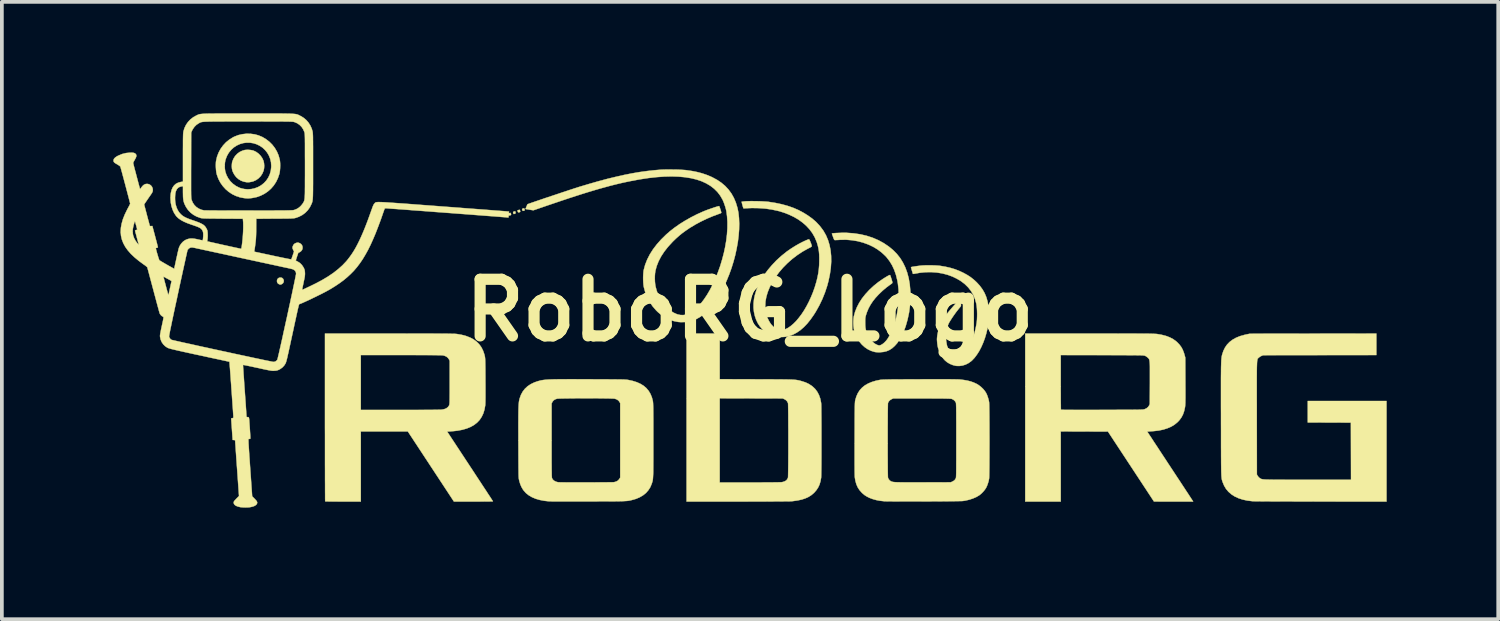
<source format=kicad_pcb>
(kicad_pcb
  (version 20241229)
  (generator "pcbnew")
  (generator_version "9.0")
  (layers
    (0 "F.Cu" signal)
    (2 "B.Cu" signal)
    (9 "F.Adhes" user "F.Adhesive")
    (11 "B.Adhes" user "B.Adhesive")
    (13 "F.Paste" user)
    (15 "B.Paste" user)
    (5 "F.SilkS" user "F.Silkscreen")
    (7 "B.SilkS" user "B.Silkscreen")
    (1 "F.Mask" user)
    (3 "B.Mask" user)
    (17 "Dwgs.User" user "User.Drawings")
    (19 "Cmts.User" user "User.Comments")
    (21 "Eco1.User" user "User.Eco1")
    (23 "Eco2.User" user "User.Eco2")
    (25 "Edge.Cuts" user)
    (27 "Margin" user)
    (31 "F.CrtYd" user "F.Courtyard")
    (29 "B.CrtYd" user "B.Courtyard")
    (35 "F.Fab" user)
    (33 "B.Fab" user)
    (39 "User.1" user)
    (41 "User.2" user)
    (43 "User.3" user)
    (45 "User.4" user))
  (footprint "RoboRG_Logo"
    (layer "F.Cu")
    (at 17.126 5.299)
    (property "Reference" "RoboRG_Logo" (at 0 0 0) (layer "F.SilkS") (effects (font (size 1.524 1.524) (thickness 0.3))))
    (attr through_hole)
    (fp_poly (pts (xy -6.074 -2.743) (xy -6.066 -2.732) (xy -6.062 -2.72) (xy -6.057 -2.699) (xy -6.063 -2.686) (xy -6.081 -2.679) (xy -6.09 -2.677) (xy -6.106 -2.675) (xy -6.115 -2.681) (xy -6.122 -2.699) (xy -6.123 -2.7) (xy -6.128 -2.719) (xy -6.125 -2.729) (xy -6.111 -2.735) (xy -6.107 -2.737) (xy -6.085 -2.744) (xy -6.074 -2.743)) (stroke (width 0.01) (type solid)) (fill yes) (layer "F.SilkS"))
    (fp_poly (pts (xy -6.315 -2.663) (xy -6.309 -2.654) (xy -6.306 -2.641) (xy -6.302 -2.619) (xy -6.305 -2.608) (xy -6.318 -2.6) (xy -6.33 -2.596) (xy -6.348 -2.59) (xy -6.357 -2.593) (xy -6.361 -2.604) (xy -6.361 -2.605) (xy -6.367 -2.625) (xy -6.371 -2.635) (xy -6.368 -2.646) (xy -6.35 -2.656) (xy -6.349 -2.656) (xy -6.327 -2.663) (xy -6.315 -2.663)) (stroke (width 0.01) (type solid)) (fill yes) (layer "F.SilkS"))
    (fp_poly (pts (xy -6.19 -2.699) (xy -6.183 -2.683) (xy -6.179 -2.664) (xy -6.178 -2.65) (xy -6.18 -2.648) (xy -6.191 -2.642) (xy -6.211 -2.636) (xy -6.228 -2.635) (xy -6.238 -2.642) (xy -6.245 -2.658) (xy -6.251 -2.676) (xy -6.254 -2.685) (xy -6.254 -2.686) (xy -6.247 -2.689) (xy -6.232 -2.695) (xy -6.214 -2.701) (xy -6.2 -2.705) (xy -6.197 -2.705) (xy -6.19 -2.699)) (stroke (width 0.01) (type solid)) (fill yes) (layer "F.SilkS"))
    (fp_poly (pts (xy -12.612 -0.88) (xy -12.582 -0.869) (xy -12.558 -0.846) (xy -12.552 -0.835) (xy -12.54 -0.798) (xy -12.544 -0.762) (xy -12.561 -0.73) (xy -12.591 -0.706) (xy -12.601 -0.701) (xy -12.621 -0.694) (xy -12.635 -0.692) (xy -12.649 -0.695) (xy -12.652 -0.696) (xy -12.689 -0.714) (xy -12.712 -0.739) (xy -12.723 -0.774) (xy -12.724 -0.793) (xy -12.717 -0.827) (xy -12.699 -0.854) (xy -12.674 -0.872) (xy -12.643 -0.881) (xy -12.612 -0.88)) (stroke (width 0.01) (type solid)) (fill yes) (layer "F.SilkS"))
    (fp_poly (pts (xy -13.444 -4.314) (xy -13.392 -4.306) (xy -13.355 -4.296) (xy -13.284 -4.262) (xy -13.219 -4.215) (xy -13.163 -4.157) (xy -13.117 -4.09) (xy -13.085 -4.018) (xy -13.084 -4.014) (xy -13.072 -3.957) (xy -13.067 -3.892) (xy -13.07 -3.826) (xy -13.081 -3.767) (xy -13.084 -3.757) (xy -13.117 -3.678) (xy -13.162 -3.609) (xy -13.219 -3.551) (xy -13.285 -3.504) (xy -13.36 -3.47) (xy -13.395 -3.46) (xy -13.47 -3.447) (xy -13.543 -3.447) (xy -13.614 -3.46) (xy -13.691 -3.488) (xy -13.76 -3.53) (xy -13.821 -3.584) (xy -13.871 -3.649) (xy -13.91 -3.723) (xy -13.926 -3.769) (xy -13.935 -3.811) (xy -13.939 -3.862) (xy -13.938 -3.916) (xy -13.933 -3.967) (xy -13.925 -4.002) (xy -13.894 -4.08) (xy -13.85 -4.15) (xy -13.795 -4.209) (xy -13.73 -4.258) (xy -13.657 -4.293) (xy -13.598 -4.311) (xy -13.553 -4.317) (xy -13.499 -4.318) (xy -13.444 -4.314)) (stroke (width 0.01) (type solid)) (fill yes) (layer "F.SilkS"))
    (fp_poly (pts (xy -13.433 -4.749) (xy -13.322 -4.734) (xy -13.223 -4.707) (xy -13.117 -4.663) (xy -13.02 -4.605) (xy -12.93 -4.536) (xy -12.851 -4.457) (xy -12.782 -4.368) (xy -12.725 -4.271) (xy -12.681 -4.168) (xy -12.651 -4.06) (xy -12.643 -4.015) (xy -12.638 -3.957) (xy -12.637 -3.89) (xy -12.639 -3.821) (xy -12.645 -3.753) (xy -12.654 -3.694) (xy -12.66 -3.669) (xy -12.698 -3.557) (xy -12.748 -3.453) (xy -12.811 -3.357) (xy -12.885 -3.272) (xy -12.97 -3.197) (xy -13.063 -3.134) (xy -13.165 -3.083) (xy -13.274 -3.045) (xy -13.388 -3.022) (xy -13.409 -3.019) (xy -13.456 -3.014) (xy -13.493 -3.012) (xy -13.528 -3.012) (xy -13.567 -3.015) (xy -13.607 -3.019) (xy -13.719 -3.04) (xy -13.825 -3.075) (xy -13.926 -3.124) (xy -14.02 -3.185) (xy -14.105 -3.258) (xy -14.181 -3.342) (xy -14.246 -3.434) (xy -14.299 -3.535) (xy -14.339 -3.644) (xy -14.343 -3.657) (xy -14.355 -3.711) (xy -14.363 -3.776) (xy -14.368 -3.846) (xy -14.369 -3.897) (xy -14.129 -3.897) (xy -14.127 -3.823) (xy -14.118 -3.754) (xy -14.113 -3.729) (xy -14.081 -3.636) (xy -14.035 -3.549) (xy -13.977 -3.471) (xy -13.908 -3.403) (xy -13.829 -3.346) (xy -13.741 -3.301) (xy -13.694 -3.284) (xy -13.604 -3.263) (xy -13.509 -3.255) (xy -13.413 -3.262) (xy -13.328 -3.28) (xy -13.234 -3.315) (xy -13.149 -3.363) (xy -13.074 -3.423) (xy -13.01 -3.492) (xy -12.957 -3.571) (xy -12.917 -3.658) (xy -12.89 -3.752) (xy -12.878 -3.852) (xy -12.877 -3.886) (xy -12.884 -3.985) (xy -12.906 -4.077) (xy -12.941 -4.164) (xy -12.987 -4.243) (xy -13.045 -4.314) (xy -13.111 -4.376) (xy -13.187 -4.427) (xy -13.269 -4.467) (xy -13.357 -4.495) (xy -13.45 -4.51) (xy -13.547 -4.51) (xy -13.626 -4.5) (xy -13.719 -4.474) (xy -13.807 -4.434) (xy -13.886 -4.382) (xy -13.957 -4.317) (xy -14.018 -4.243) (xy -14.067 -4.159) (xy -14.103 -4.067) (xy -14.113 -4.035) (xy -14.124 -3.97) (xy -14.129 -3.897) (xy -14.369 -3.897) (xy -14.369 -3.915) (xy -14.367 -3.979) (xy -14.362 -4.02) (xy -14.336 -4.133) (xy -14.295 -4.241) (xy -14.241 -4.342) (xy -14.174 -4.435) (xy -14.096 -4.519) (xy -14.006 -4.592) (xy -13.907 -4.654) (xy -13.868 -4.673) (xy -13.766 -4.713) (xy -13.657 -4.738) (xy -13.546 -4.751) (xy -13.433 -4.749)) (stroke (width 0.01) (type solid)) (fill yes) (layer "F.SilkS"))
    (fp_poly (pts (xy -0.811 1.854) (xy 0.179 1.857) (xy 0.329 1.857) (xy 0.464 1.858) (xy 0.585 1.858) (xy 0.692 1.859) (xy 0.788 1.859) (xy 0.872 1.86) (xy 0.945 1.861) (xy 1.01 1.862) (xy 1.065 1.863) (xy 1.113 1.865) (xy 1.155 1.866) (xy 1.19 1.869) (xy 1.221 1.871) (xy 1.248 1.874) (xy 1.273 1.878) (xy 1.295 1.882) (xy 1.316 1.886) (xy 1.337 1.891) (xy 1.36 1.897) (xy 1.384 1.904) (xy 1.395 1.907) (xy 1.503 1.942) (xy 1.598 1.989) (xy 1.682 2.046) (xy 1.754 2.113) (xy 1.813 2.191) (xy 1.86 2.28) (xy 1.895 2.378) (xy 1.917 2.487) (xy 1.918 2.497) (xy 1.92 2.515) (xy 1.921 2.547) (xy 1.922 2.593) (xy 1.923 2.651) (xy 1.923 2.72) (xy 1.924 2.799) (xy 1.925 2.886) (xy 1.925 2.981) (xy 1.926 3.082) (xy 1.926 3.187) (xy 1.926 3.296) (xy 1.926 3.408) (xy 1.926 3.52) (xy 1.926 3.632) (xy 1.926 3.743) (xy 1.926 3.851) (xy 1.926 3.955) (xy 1.925 4.053) (xy 1.925 4.145) (xy 1.924 4.23) (xy 1.923 4.305) (xy 1.922 4.37) (xy 1.921 4.424) (xy 1.92 4.465) (xy 1.919 4.492) (xy 1.919 4.5) (xy 1.901 4.601) (xy 1.874 4.691) (xy 1.836 4.771) (xy 1.787 4.844) (xy 1.73 4.909) (xy 1.662 4.968) (xy 1.585 5.018) (xy 1.497 5.059) (xy 1.398 5.092) (xy 1.287 5.116) (xy 1.163 5.134) (xy 1.12 5.138) (xy 1.099 5.139) (xy 1.064 5.14) (xy 1.013 5.141) (xy 0.948 5.141) (xy 0.869 5.142) (xy 0.778 5.143) (xy 0.674 5.143) (xy 0.558 5.144) (xy 0.432 5.145) (xy 0.294 5.145) (xy 0.147 5.145) (xy -0.009 5.145) (xy -0.175 5.146) (xy -0.339 5.146) (xy -1.702 5.146) (xy -1.702 4.632) (xy -0.811 4.632) (xy 0.007 4.632) (xy 0.162 4.632) (xy 0.301 4.632) (xy 0.425 4.631) (xy 0.533 4.631) (xy 0.626 4.63) (xy 0.704 4.629) (xy 0.767 4.628) (xy 0.815 4.627) (xy 0.849 4.625) (xy 0.869 4.624) (xy 0.871 4.623) (xy 0.928 4.607) (xy 0.972 4.583) (xy 1.005 4.549) (xy 1.026 4.504) (xy 1.028 4.492) (xy 1.029 4.465) (xy 1.03 4.424) (xy 1.031 4.371) (xy 1.032 4.307) (xy 1.033 4.233) (xy 1.034 4.149) (xy 1.035 4.059) (xy 1.035 3.961) (xy 1.036 3.859) (xy 1.036 3.753) (xy 1.036 3.644) (xy 1.036 3.533) (xy 1.036 3.422) (xy 1.036 3.312) (xy 1.036 3.204) (xy 1.035 3.099) (xy 1.035 2.998) (xy 1.034 2.904) (xy 1.034 2.816) (xy 1.033 2.736) (xy 1.032 2.666) (xy 1.031 2.606) (xy 1.03 2.558) (xy 1.029 2.522) (xy 1.027 2.501) (xy 1.026 2.496) (xy 1.003 2.45) (xy 0.967 2.414) (xy 0.932 2.393) (xy 0.887 2.372) (xy 0.038 2.37) (xy -0.811 2.368) (xy -0.811 4.632) (xy -1.702 4.632) (xy -1.702 0.626) (xy -0.811 0.626) (xy -0.811 1.854)) (stroke (width 0.01) (type solid)) (fill yes) (layer "F.SilkS"))
    (fp_poly (pts (xy 16.858 1.204) (xy 15.335 1.206) (xy 13.812 1.208) (xy 13.768 1.226) (xy 13.737 1.242) (xy 13.707 1.263) (xy 13.694 1.274) (xy 13.688 1.28) (xy 13.682 1.285) (xy 13.676 1.289) (xy 13.671 1.295) (xy 13.667 1.301) (xy 13.662 1.309) (xy 13.659 1.319) (xy 13.656 1.333) (xy 13.653 1.35) (xy 13.65 1.372) (xy 13.648 1.399) (xy 13.646 1.432) (xy 13.645 1.471) (xy 13.643 1.518) (xy 13.642 1.572) (xy 13.641 1.635) (xy 13.641 1.707) (xy 13.64 1.789) (xy 13.64 1.882) (xy 13.64 1.986) (xy 13.64 2.102) (xy 13.64 2.23) (xy 13.64 2.372) (xy 13.641 2.528) (xy 13.641 2.698) (xy 13.641 2.884) (xy 13.641 2.898) (xy 13.643 4.419) (xy 13.665 4.456) (xy 13.685 4.483) (xy 13.709 4.507) (xy 13.719 4.514) (xy 13.728 4.52) (xy 13.736 4.526) (xy 13.745 4.531) (xy 13.754 4.535) (xy 13.765 4.539) (xy 13.778 4.543) (xy 13.795 4.546) (xy 13.815 4.549) (xy 13.84 4.551) (xy 13.871 4.553) (xy 13.909 4.555) (xy 13.953 4.556) (xy 14.006 4.557) (xy 14.067 4.558) (xy 14.137 4.559) (xy 14.218 4.559) (xy 14.311 4.559) (xy 14.415 4.56) (xy 14.531 4.56) (xy 14.662 4.56) (xy 14.806 4.56) (xy 14.966 4.56) (xy 16.176 4.56) (xy 16.174 3.791) (xy 16.172 3.022) (xy 15.012 3.018) (xy 15.012 2.44) (xy 17.131 2.44) (xy 17.131 5.146) (xy 15.371 5.145) (xy 15.203 5.145) (xy 15.039 5.144) (xy 14.878 5.144) (xy 14.723 5.144) (xy 14.574 5.143) (xy 14.432 5.143) (xy 14.297 5.143) (xy 14.17 5.142) (xy 14.052 5.142) (xy 13.944 5.141) (xy 13.847 5.141) (xy 13.761 5.14) (xy 13.687 5.139) (xy 13.626 5.139) (xy 13.579 5.138) (xy 13.546 5.138) (xy 13.528 5.137) (xy 13.527 5.137) (xy 13.388 5.12) (xy 13.262 5.093) (xy 13.148 5.056) (xy 13.046 5.009) (xy 12.956 4.951) (xy 12.879 4.884) (xy 12.814 4.807) (xy 12.762 4.72) (xy 12.729 4.641) (xy 12.723 4.626) (xy 12.718 4.611) (xy 12.713 4.598) (xy 12.709 4.584) (xy 12.705 4.57) (xy 12.701 4.555) (xy 12.698 4.538) (xy 12.695 4.517) (xy 12.693 4.494) (xy 12.69 4.466) (xy 12.688 4.433) (xy 12.687 4.394) (xy 12.685 4.349) (xy 12.684 4.297) (xy 12.683 4.237) (xy 12.682 4.168) (xy 12.681 4.091) (xy 12.681 4.003) (xy 12.68 3.904) (xy 12.68 3.795) (xy 12.679 3.673) (xy 12.679 3.538) (xy 12.679 3.39) (xy 12.679 3.227) (xy 12.678 3.049) (xy 12.678 2.958) (xy 12.678 2.767) (xy 12.677 2.591) (xy 12.677 2.43) (xy 12.677 2.282) (xy 12.677 2.148) (xy 12.677 2.026) (xy 12.677 1.917) (xy 12.677 1.818) (xy 12.678 1.73) (xy 12.679 1.651) (xy 12.679 1.582) (xy 12.68 1.521) (xy 12.682 1.467) (xy 12.683 1.421) (xy 12.685 1.381) (xy 12.686 1.346) (xy 12.689 1.316) (xy 12.691 1.29) (xy 12.694 1.268) (xy 12.696 1.248) (xy 12.7 1.23) (xy 12.703 1.214) (xy 12.707 1.198) (xy 12.709 1.191) (xy 12.742 1.091) (xy 12.786 1.002) (xy 12.841 0.922) (xy 12.908 0.853) (xy 12.988 0.792) (xy 13.08 0.74) (xy 13.185 0.697) (xy 13.303 0.663) (xy 13.369 0.648) (xy 13.459 0.63) (xy 16.858 0.626) (xy 16.858 1.204)) (stroke (width 0.01) (type solid)) (fill yes) (layer "F.SilkS"))
    (fp_poly (pts (xy 2.574 -2.085) (xy 2.601 -2.085) (xy 2.79 -2.071) (xy 2.97 -2.045) (xy 3.142 -2.005) (xy 3.305 -1.952) (xy 3.46 -1.885) (xy 3.606 -1.805) (xy 3.741 -1.713) (xy 3.854 -1.62) (xy 3.955 -1.518) (xy 4.043 -1.407) (xy 4.118 -1.286) (xy 4.182 -1.155) (xy 4.234 -1.014) (xy 4.274 -0.863) (xy 4.302 -0.701) (xy 4.318 -0.528) (xy 4.319 -0.519) (xy 4.322 -0.328) (xy 4.31 -0.133) (xy 4.284 0.061) (xy 4.243 0.253) (xy 4.194 0.425) (xy 4.144 0.563) (xy 4.088 0.686) (xy 4.027 0.794) (xy 3.962 0.888) (xy 3.898 0.959) (xy 3.829 1.021) (xy 3.758 1.067) (xy 3.682 1.1) (xy 3.6 1.12) (xy 3.508 1.129) (xy 3.504 1.129) (xy 3.438 1.129) (xy 3.385 1.125) (xy 3.356 1.12) (xy 3.26 1.09) (xy 3.17 1.046) (xy 3.087 0.989) (xy 3.012 0.92) (xy 2.946 0.841) (xy 2.889 0.751) (xy 2.843 0.654) (xy 2.809 0.548) (xy 2.797 0.492) (xy 2.789 0.432) (xy 2.785 0.363) (xy 2.785 0.293) (xy 2.789 0.225) (xy 2.797 0.168) (xy 2.798 0.165) (xy 2.831 0.042) (xy 2.88 -0.081) (xy 2.943 -0.202) (xy 3.02 -0.321) (xy 3.111 -0.436) (xy 3.214 -0.548) (xy 3.329 -0.655) (xy 3.454 -0.756) (xy 3.591 -0.851) (xy 3.672 -0.901) (xy 3.712 -0.924) (xy 3.74 -0.939) (xy 3.759 -0.947) (xy 3.769 -0.949) (xy 3.774 -0.947) (xy 3.78 -0.932) (xy 3.789 -0.907) (xy 3.8 -0.875) (xy 3.812 -0.839) (xy 3.822 -0.805) (xy 3.83 -0.777) (xy 3.833 -0.761) (xy 3.836 -0.747) (xy 3.834 -0.737) (xy 3.827 -0.727) (xy 3.811 -0.714) (xy 3.786 -0.696) (xy 3.778 -0.691) (xy 3.671 -0.612) (xy 3.565 -0.522) (xy 3.468 -0.428) (xy 3.38 -0.333) (xy 3.306 -0.239) (xy 3.245 -0.146) (xy 3.193 -0.051) (xy 3.151 0.05) (xy 3.126 0.125) (xy 3.118 0.153) (xy 3.112 0.178) (xy 3.108 0.203) (xy 3.105 0.232) (xy 3.104 0.269) (xy 3.104 0.316) (xy 3.104 0.329) (xy 3.105 0.399) (xy 3.109 0.457) (xy 3.117 0.508) (xy 3.13 0.557) (xy 3.149 0.606) (xy 3.174 0.661) (xy 3.178 0.67) (xy 3.221 0.745) (xy 3.27 0.811) (xy 3.322 0.865) (xy 3.377 0.907) (xy 3.433 0.934) (xy 3.44 0.936) (xy 3.466 0.944) (xy 3.484 0.946) (xy 3.501 0.942) (xy 3.521 0.936) (xy 3.567 0.911) (xy 3.616 0.872) (xy 3.666 0.82) (xy 3.687 0.794) (xy 3.713 0.757) (xy 3.742 0.708) (xy 3.773 0.652) (xy 3.804 0.591) (xy 3.832 0.53) (xy 3.856 0.472) (xy 3.869 0.438) (xy 3.918 0.278) (xy 3.957 0.112) (xy 3.984 -0.058) (xy 4.001 -0.229) (xy 4.006 -0.398) (xy 4.001 -0.563) (xy 3.983 -0.722) (xy 3.969 -0.802) (xy 3.933 -0.949) (xy 3.886 -1.085) (xy 3.829 -1.209) (xy 3.759 -1.323) (xy 3.679 -1.427) (xy 3.647 -1.462) (xy 3.547 -1.555) (xy 3.435 -1.639) (xy 3.314 -1.711) (xy 3.183 -1.772) (xy 3.045 -1.822) (xy 2.9 -1.86) (xy 2.75 -1.885) (xy 2.596 -1.898) (xy 2.438 -1.897) (xy 2.397 -1.894) (xy 2.347 -1.891) (xy 2.311 -1.89) (xy 2.288 -1.89) (xy 2.275 -1.893) (xy 2.272 -1.895) (xy 2.266 -1.908) (xy 2.256 -1.93) (xy 2.245 -1.959) (xy 2.234 -1.99) (xy 2.223 -2.02) (xy 2.214 -2.045) (xy 2.209 -2.062) (xy 2.209 -2.067) (xy 2.219 -2.07) (xy 2.244 -2.073) (xy 2.279 -2.076) (xy 2.323 -2.079) (xy 2.372 -2.081) (xy 2.424 -2.083) (xy 2.477 -2.085) (xy 2.528 -2.085) (xy 2.574 -2.085)) (stroke (width 0.01) (type solid)) (fill yes) (layer "F.SilkS"))
    (fp_poly (pts (xy 4.886 -1.21) (xy 4.956 -1.208) (xy 5.022 -1.205) (xy 5.079 -1.201) (xy 5.122 -1.196) (xy 5.264 -1.172) (xy 5.395 -1.142) (xy 5.518 -1.105) (xy 5.636 -1.059) (xy 5.753 -1.004) (xy 5.756 -1.002) (xy 5.854 -0.948) (xy 5.94 -0.892) (xy 6.02 -0.829) (xy 6.099 -0.757) (xy 6.105 -0.751) (xy 6.189 -0.659) (xy 6.259 -0.563) (xy 6.317 -0.463) (xy 6.362 -0.355) (xy 6.396 -0.238) (xy 6.42 -0.112) (xy 6.431 -0.014) (xy 6.436 0.108) (xy 6.43 0.235) (xy 6.416 0.364) (xy 6.393 0.494) (xy 6.362 0.623) (xy 6.324 0.75) (xy 6.279 0.872) (xy 6.228 0.988) (xy 6.172 1.096) (xy 6.11 1.193) (xy 6.045 1.28) (xy 5.976 1.352) (xy 5.955 1.37) (xy 5.884 1.421) (xy 5.807 1.46) (xy 5.724 1.486) (xy 5.641 1.498) (xy 5.558 1.496) (xy 5.542 1.494) (xy 5.462 1.474) (xy 5.384 1.442) (xy 5.312 1.4) (xy 5.25 1.349) (xy 5.205 1.299) (xy 5.182 1.264) (xy 5.157 1.22) (xy 5.131 1.17) (xy 5.106 1.119) (xy 5.084 1.07) (xy 5.069 1.027) (xy 5.063 1.007) (xy 5.057 0.979) (xy 5.05 0.941) (xy 5.044 0.897) (xy 5.041 0.866) (xy 5.037 0.819) (xy 5.035 0.781) (xy 5.037 0.744) (xy 5.041 0.703) (xy 5.044 0.679) (xy 5.059 0.597) (xy 5.077 0.519) (xy 5.101 0.444) (xy 5.13 0.372) (xy 5.167 0.299) (xy 5.212 0.225) (xy 5.266 0.147) (xy 5.329 0.063) (xy 5.404 -0.026) (xy 5.476 -0.11) (xy 5.556 -0.2) (xy 5.602 -0.205) (xy 5.629 -0.208) (xy 5.652 -0.212) (xy 5.661 -0.214) (xy 5.669 -0.213) (xy 5.674 -0.203) (xy 5.678 -0.182) (xy 5.68 -0.169) (xy 5.682 -0.14) (xy 5.68 -0.121) (xy 5.674 -0.107) (xy 5.67 -0.102) (xy 5.66 -0.088) (xy 5.642 -0.066) (xy 5.618 -0.037) (xy 5.592 -0.004) (xy 5.588 0.001) (xy 5.551 0.048) (xy 5.512 0.102) (xy 5.472 0.159) (xy 5.433 0.217) (xy 5.398 0.272) (xy 5.368 0.321) (xy 5.349 0.357) (xy 5.316 0.437) (xy 5.293 0.527) (xy 5.279 0.625) (xy 5.276 0.726) (xy 5.283 0.828) (xy 5.3 0.927) (xy 5.307 0.955) (xy 5.335 1.038) (xy 5.372 1.111) (xy 5.42 1.178) (xy 5.453 1.215) (xy 5.497 1.257) (xy 5.535 1.287) (xy 5.569 1.304) (xy 5.601 1.309) (xy 5.633 1.302) (xy 5.667 1.284) (xy 5.679 1.275) (xy 5.733 1.229) (xy 5.785 1.169) (xy 5.837 1.096) (xy 5.886 1.011) (xy 5.933 0.917) (xy 5.976 0.816) (xy 6.015 0.707) (xy 6.049 0.595) (xy 6.077 0.479) (xy 6.099 0.362) (xy 6.106 0.313) (xy 6.112 0.248) (xy 6.115 0.173) (xy 6.116 0.095) (xy 6.114 0.015) (xy 6.109 -0.06) (xy 6.102 -0.127) (xy 6.093 -0.18) (xy 6.059 -0.301) (xy 6.012 -0.414) (xy 5.951 -0.519) (xy 5.876 -0.615) (xy 5.788 -0.702) (xy 5.686 -0.781) (xy 5.571 -0.85) (xy 5.456 -0.906) (xy 5.322 -0.955) (xy 5.18 -0.992) (xy 5.032 -1.016) (xy 4.881 -1.027) (xy 4.728 -1.025) (xy 4.576 -1.01) (xy 4.477 -0.992) (xy 4.433 -0.984) (xy 4.404 -0.98) (xy 4.389 -0.981) (xy 4.387 -0.983) (xy 4.384 -0.994) (xy 4.377 -1.016) (xy 4.368 -1.047) (xy 4.359 -1.075) (xy 4.349 -1.108) (xy 4.342 -1.136) (xy 4.337 -1.155) (xy 4.337 -1.161) (xy 4.347 -1.164) (xy 4.37 -1.169) (xy 4.404 -1.175) (xy 4.444 -1.181) (xy 4.49 -1.188) (xy 4.536 -1.194) (xy 4.582 -1.2) (xy 4.623 -1.204) (xy 4.632 -1.205) (xy 4.684 -1.208) (xy 4.745 -1.21) (xy 4.814 -1.21) (xy 4.886 -1.21)) (stroke (width 0.01) (type solid)) (fill yes) (layer "F.SilkS"))
    (fp_poly (pts (xy -9.7 0.626) (xy -9.498 0.626) (xy -9.312 0.626) (xy -9.14 0.627) (xy -8.983 0.627) (xy -8.84 0.627) (xy -8.709 0.627) (xy -8.591 0.627) (xy -8.484 0.628) (xy -8.388 0.628) (xy -8.303 0.628) (xy -8.228 0.629) (xy -8.162 0.629) (xy -8.104 0.63) (xy -8.055 0.631) (xy -8.013 0.632) (xy -7.977 0.632) (xy -7.948 0.633) (xy -7.924 0.634) (xy -7.905 0.636) (xy -7.891 0.637) (xy -7.882 0.638) (xy -7.75 0.661) (xy -7.631 0.693) (xy -7.524 0.735) (xy -7.43 0.786) (xy -7.349 0.847) (xy -7.28 0.917) (xy -7.222 0.998) (xy -7.177 1.089) (xy -7.142 1.191) (xy -7.134 1.224) (xy -7.131 1.238) (xy -7.128 1.253) (xy -7.126 1.269) (xy -7.124 1.287) (xy -7.122 1.309) (xy -7.121 1.336) (xy -7.12 1.369) (xy -7.119 1.41) (xy -7.118 1.46) (xy -7.117 1.519) (xy -7.116 1.589) (xy -7.116 1.672) (xy -7.115 1.768) (xy -7.115 1.879) (xy -7.115 1.891) (xy -7.114 2.021) (xy -7.114 2.139) (xy -7.114 2.243) (xy -7.114 2.333) (xy -7.115 2.409) (xy -7.116 2.471) (xy -7.118 2.518) (xy -7.119 2.549) (xy -7.12 2.557) (xy -7.14 2.67) (xy -7.171 2.773) (xy -7.215 2.866) (xy -7.27 2.949) (xy -7.338 3.021) (xy -7.418 3.084) (xy -7.511 3.137) (xy -7.616 3.18) (xy -7.734 3.214) (xy -7.865 3.239) (xy -7.972 3.251) (xy -8.014 3.254) (xy -8.054 3.258) (xy -8.088 3.26) (xy -8.109 3.261) (xy -8.145 3.263) (xy -7.529 4.199) (xy -7.456 4.309) (xy -7.386 4.417) (xy -7.318 4.52) (xy -7.254 4.617) (xy -7.194 4.709) (xy -7.138 4.794) (xy -7.087 4.871) (xy -7.042 4.941) (xy -7.002 5.001) (xy -6.969 5.051) (xy -6.944 5.091) (xy -6.925 5.119) (xy -6.915 5.136) (xy -6.912 5.14) (xy -6.92 5.141) (xy -6.943 5.142) (xy -6.978 5.143) (xy -7.026 5.144) (xy -7.085 5.144) (xy -7.153 5.145) (xy -7.229 5.145) (xy -7.312 5.146) (xy -7.401 5.146) (xy -7.437 5.146) (xy -7.962 5.146) (xy -9.203 3.259) (xy -10.468 3.259) (xy -10.468 5.146) (xy -10.945 5.146) (xy -11.031 5.146) (xy -11.112 5.145) (xy -11.187 5.145) (xy -11.254 5.145) (xy -11.312 5.144) (xy -11.36 5.143) (xy -11.396 5.142) (xy -11.418 5.141) (xy -11.426 5.14) (xy -11.427 5.132) (xy -11.427 5.108) (xy -11.428 5.07) (xy -11.428 5.017) (xy -11.428 4.951) (xy -11.429 4.872) (xy -11.429 4.781) (xy -11.429 4.678) (xy -11.43 4.564) (xy -11.43 4.44) (xy -11.43 4.307) (xy -11.431 4.164) (xy -11.431 4.013) (xy -11.431 3.855) (xy -11.431 3.689) (xy -11.431 3.517) (xy -11.431 3.34) (xy -11.432 3.157) (xy -11.432 2.969) (xy -11.432 2.881) (xy -11.432 1.204) (xy -10.468 1.204) (xy -10.468 2.681) (xy -9.415 2.681) (xy -9.272 2.681) (xy -9.136 2.681) (xy -9.008 2.681) (xy -8.887 2.68) (xy -8.774 2.68) (xy -8.672 2.679) (xy -8.579 2.679) (xy -8.499 2.678) (xy -8.43 2.677) (xy -8.374 2.676) (xy -8.332 2.675) (xy -8.304 2.674) (xy -8.295 2.674) (xy -8.226 2.661) (xy -8.171 2.64) (xy -8.129 2.61) (xy -8.098 2.57) (xy -8.091 2.557) (xy -8.088 2.55) (xy -8.086 2.542) (xy -8.084 2.531) (xy -8.082 2.517) (xy -8.081 2.499) (xy -8.079 2.474) (xy -8.078 2.442) (xy -8.078 2.402) (xy -8.077 2.353) (xy -8.077 2.294) (xy -8.076 2.223) (xy -8.076 2.139) (xy -8.076 2.041) (xy -8.076 1.942) (xy -8.076 1.359) (xy -8.098 1.315) (xy -8.129 1.274) (xy -8.172 1.242) (xy -8.226 1.22) (xy -8.256 1.213) (xy -8.271 1.212) (xy -8.299 1.21) (xy -8.34 1.209) (xy -8.395 1.208) (xy -8.464 1.207) (xy -8.546 1.206) (xy -8.644 1.206) (xy -8.755 1.205) (xy -8.882 1.205) (xy -9.024 1.204) (xy -9.182 1.204) (xy -9.355 1.204) (xy -9.387 1.204) (xy -10.468 1.204) (xy -11.432 1.204) (xy -11.432 0.626) (xy -9.7 0.626)) (stroke (width 0.01) (type solid)) (fill yes) (layer "F.SilkS"))
    (fp_poly (pts (xy 0.119 -2.936) (xy 0.196 -2.935) (xy 0.273 -2.933) (xy 0.346 -2.93) (xy 0.411 -2.926) (xy 0.467 -2.922) (xy 0.498 -2.919) (xy 0.683 -2.89) (xy 0.855 -2.854) (xy 1.015 -2.81) (xy 1.166 -2.758) (xy 1.309 -2.696) (xy 1.444 -2.624) (xy 1.56 -2.552) (xy 1.682 -2.464) (xy 1.789 -2.37) (xy 1.883 -2.269) (xy 1.966 -2.159) (xy 1.981 -2.137) (xy 2.048 -2.02) (xy 2.102 -1.893) (xy 2.143 -1.758) (xy 2.172 -1.614) (xy 2.187 -1.463) (xy 2.189 -1.304) (xy 2.178 -1.139) (xy 2.153 -0.967) (xy 2.116 -0.79) (xy 2.082 -0.662) (xy 2.023 -0.482) (xy 1.951 -0.303) (xy 1.867 -0.128) (xy 1.774 0.038) (xy 1.722 0.12) (xy 1.634 0.246) (xy 1.545 0.357) (xy 1.454 0.452) (xy 1.361 0.533) (xy 1.265 0.599) (xy 1.166 0.652) (xy 1.063 0.691) (xy 1.032 0.7) (xy 0.98 0.71) (xy 0.918 0.717) (xy 0.851 0.72) (xy 0.785 0.719) (xy 0.724 0.713) (xy 0.69 0.707) (xy 0.59 0.678) (xy 0.497 0.635) (xy 0.413 0.579) (xy 0.338 0.513) (xy 0.272 0.436) (xy 0.215 0.349) (xy 0.17 0.255) (xy 0.135 0.153) (xy 0.111 0.045) (xy 0.099 -0.068) (xy 0.1 -0.186) (xy 0.113 -0.306) (xy 0.134 -0.405) (xy 0.176 -0.543) (xy 0.233 -0.681) (xy 0.304 -0.818) (xy 0.389 -0.955) (xy 0.487 -1.088) (xy 0.597 -1.218) (xy 0.717 -1.344) (xy 0.848 -1.463) (xy 0.988 -1.576) (xy 1.022 -1.6) (xy 1.091 -1.648) (xy 1.167 -1.697) (xy 1.247 -1.746) (xy 1.328 -1.792) (xy 1.407 -1.833) (xy 1.48 -1.868) (xy 1.545 -1.896) (xy 1.552 -1.899) (xy 1.576 -1.907) (xy 1.589 -1.91) (xy 1.596 -1.906) (xy 1.603 -1.899) (xy 1.611 -1.883) (xy 1.623 -1.856) (xy 1.636 -1.823) (xy 1.649 -1.79) (xy 1.659 -1.759) (xy 1.665 -1.738) (xy 1.666 -1.729) (xy 1.665 -1.721) (xy 1.659 -1.713) (xy 1.646 -1.704) (xy 1.625 -1.691) (xy 1.592 -1.674) (xy 1.561 -1.659) (xy 1.415 -1.577) (xy 1.275 -1.484) (xy 1.14 -1.381) (xy 1.013 -1.269) (xy 0.895 -1.15) (xy 0.787 -1.024) (xy 0.69 -0.893) (xy 0.606 -0.759) (xy 0.535 -0.623) (xy 0.481 -0.49) (xy 0.443 -0.361) (xy 0.42 -0.234) (xy 0.414 -0.11) (xy 0.423 0.013) (xy 0.442 0.11) (xy 0.458 0.162) (xy 0.482 0.22) (xy 0.511 0.28) (xy 0.543 0.334) (xy 0.574 0.379) (xy 0.576 0.381) (xy 0.629 0.438) (xy 0.688 0.483) (xy 0.749 0.515) (xy 0.772 0.523) (xy 0.804 0.532) (xy 0.828 0.536) (xy 0.851 0.535) (xy 0.88 0.531) (xy 0.882 0.53) (xy 0.953 0.51) (xy 1.025 0.475) (xy 1.098 0.425) (xy 1.172 0.363) (xy 1.246 0.289) (xy 1.318 0.203) (xy 1.39 0.108) (xy 1.459 0.004) (xy 1.525 -0.109) (xy 1.587 -0.228) (xy 1.645 -0.354) (xy 1.699 -0.485) (xy 1.747 -0.62) (xy 1.788 -0.758) (xy 1.795 -0.783) (xy 1.822 -0.895) (xy 1.842 -0.999) (xy 1.856 -1.102) (xy 1.865 -1.208) (xy 1.868 -1.302) (xy 1.869 -1.41) (xy 1.866 -1.505) (xy 1.858 -1.592) (xy 1.845 -1.673) (xy 1.826 -1.751) (xy 1.802 -1.831) (xy 1.796 -1.846) (xy 1.746 -1.965) (xy 1.682 -2.076) (xy 1.605 -2.18) (xy 1.515 -2.277) (xy 1.413 -2.365) (xy 1.3 -2.446) (xy 1.176 -2.517) (xy 1.042 -2.58) (xy 0.899 -2.634) (xy 0.746 -2.678) (xy 0.586 -2.712) (xy 0.419 -2.736) (xy 0.244 -2.749) (xy 0.064 -2.752) (xy 0.028 -2.751) (xy -0.023 -2.749) (xy -0.07 -2.747) (xy -0.109 -2.745) (xy -0.138 -2.743) (xy -0.155 -2.741) (xy -0.157 -2.741) (xy -0.164 -2.74) (xy -0.171 -2.745) (xy -0.177 -2.756) (xy -0.184 -2.778) (xy -0.194 -2.812) (xy -0.198 -2.827) (xy -0.208 -2.863) (xy -0.215 -2.893) (xy -0.22 -2.913) (xy -0.221 -2.921) (xy -0.212 -2.923) (xy -0.191 -2.925) (xy -0.16 -2.928) (xy -0.127 -2.932) (xy -0.081 -2.934) (xy -0.023 -2.936) (xy 0.045 -2.937) (xy 0.119 -2.936)) (stroke (width 0.01) (type solid)) (fill yes) (layer "F.SilkS"))
    (fp_poly (pts (xy 9.335 0.626) (xy 9.519 0.626) (xy 9.688 0.626) (xy 9.843 0.626) (xy 9.984 0.627) (xy 10.113 0.627) (xy 10.23 0.627) (xy 10.335 0.627) (xy 10.429 0.628) (xy 10.513 0.628) (xy 10.587 0.628) (xy 10.653 0.629) (xy 10.71 0.629) (xy 10.76 0.63) (xy 10.802 0.631) (xy 10.838 0.632) (xy 10.869 0.633) (xy 10.894 0.634) (xy 10.916 0.635) (xy 10.933 0.636) (xy 10.947 0.637) (xy 10.956 0.638) (xy 11.083 0.66) (xy 11.198 0.69) (xy 11.3 0.729) (xy 11.391 0.777) (xy 11.471 0.835) (xy 11.502 0.863) (xy 11.561 0.925) (xy 11.609 0.99) (xy 11.648 1.062) (xy 11.68 1.145) (xy 11.695 1.196) (xy 11.716 1.272) (xy 11.719 1.903) (xy 11.719 2.021) (xy 11.72 2.124) (xy 11.72 2.213) (xy 11.72 2.29) (xy 11.72 2.355) (xy 11.719 2.41) (xy 11.718 2.457) (xy 11.718 2.495) (xy 11.716 2.526) (xy 11.715 2.552) (xy 11.713 2.574) (xy 11.711 2.592) (xy 11.709 2.609) (xy 11.708 2.611) (xy 11.686 2.712) (xy 11.655 2.802) (xy 11.613 2.882) (xy 11.559 2.956) (xy 11.507 3.011) (xy 11.429 3.075) (xy 11.341 3.129) (xy 11.24 3.173) (xy 11.128 3.209) (xy 11.003 3.235) (xy 10.865 3.251) (xy 10.795 3.256) (xy 10.757 3.259) (xy 10.725 3.261) (xy 10.703 3.263) (xy 10.693 3.264) (xy 10.693 3.264) (xy 10.697 3.271) (xy 10.71 3.29) (xy 10.73 3.322) (xy 10.758 3.364) (xy 10.793 3.416) (xy 10.833 3.478) (xy 10.879 3.549) (xy 10.931 3.627) (xy 10.987 3.712) (xy 11.047 3.804) (xy 11.111 3.901) (xy 11.178 4.002) (xy 11.247 4.108) (xy 11.252 4.116) (xy 11.323 4.223) (xy 11.392 4.328) (xy 11.459 4.43) (xy 11.523 4.527) (xy 11.584 4.619) (xy 11.64 4.705) (xy 11.692 4.784) (xy 11.738 4.854) (xy 11.779 4.916) (xy 11.813 4.968) (xy 11.84 5.01) (xy 11.86 5.039) (xy 11.87 5.056) (xy 11.929 5.146) (xy 11.401 5.146) (xy 10.874 5.145) (xy 10.255 4.204) (xy 9.636 3.263) (xy 9.001 3.261) (xy 8.365 3.259) (xy 8.365 5.146) (xy 7.41 5.146) (xy 7.41 1.937) (xy 8.365 1.937) (xy 8.365 2.044) (xy 8.365 2.147) (xy 8.366 2.244) (xy 8.366 2.334) (xy 8.366 2.416) (xy 8.367 2.489) (xy 8.368 2.551) (xy 8.368 2.602) (xy 8.369 2.641) (xy 8.37 2.666) (xy 8.371 2.676) (xy 8.371 2.676) (xy 8.379 2.677) (xy 8.403 2.677) (xy 8.441 2.678) (xy 8.492 2.679) (xy 8.555 2.679) (xy 8.63 2.679) (xy 8.716 2.68) (xy 8.811 2.68) (xy 8.915 2.68) (xy 9.026 2.68) (xy 9.144 2.68) (xy 9.269 2.68) (xy 9.398 2.68) (xy 9.476 2.679) (xy 9.632 2.679) (xy 9.773 2.679) (xy 9.899 2.678) (xy 10.011 2.678) (xy 10.111 2.678) (xy 10.199 2.677) (xy 10.275 2.677) (xy 10.341 2.676) (xy 10.398 2.675) (xy 10.446 2.675) (xy 10.486 2.674) (xy 10.519 2.673) (xy 10.546 2.672) (xy 10.567 2.671) (xy 10.583 2.669) (xy 10.596 2.668) (xy 10.606 2.666) (xy 10.614 2.664) (xy 10.617 2.663) (xy 10.672 2.638) (xy 10.714 2.604) (xy 10.742 2.564) (xy 10.761 2.525) (xy 10.764 1.96) (xy 10.764 1.844) (xy 10.764 1.744) (xy 10.764 1.658) (xy 10.764 1.584) (xy 10.764 1.521) (xy 10.763 1.469) (xy 10.761 1.426) (xy 10.758 1.392) (xy 10.755 1.364) (xy 10.751 1.342) (xy 10.746 1.325) (xy 10.74 1.311) (xy 10.732 1.299) (xy 10.723 1.289) (xy 10.713 1.279) (xy 10.705 1.271) (xy 10.678 1.25) (xy 10.648 1.231) (xy 10.632 1.223) (xy 10.626 1.221) (xy 10.619 1.219) (xy 10.61 1.218) (xy 10.599 1.216) (xy 10.584 1.215) (xy 10.566 1.213) (xy 10.542 1.212) (xy 10.512 1.211) (xy 10.476 1.211) (xy 10.432 1.21) (xy 10.38 1.209) (xy 10.319 1.209) (xy 10.248 1.208) (xy 10.166 1.208) (xy 10.073 1.207) (xy 9.967 1.207) (xy 9.848 1.207) (xy 9.715 1.206) (xy 9.568 1.206) (xy 9.479 1.206) (xy 8.365 1.204) (xy 8.365 1.937) (xy 7.41 1.937) (xy 7.41 0.626) (xy 9.135 0.626) (xy 9.335 0.626)) (stroke (width 0.01) (type solid)) (fill yes) (layer "F.SilkS"))
    (fp_poly (pts (xy -2.115 -3.787) (xy -2.031 -3.786) (xy -1.95 -3.785) (xy -1.873 -3.782) (xy -1.804 -3.778) (xy -1.746 -3.774) (xy -1.71 -3.77) (xy -1.56 -3.748) (xy -1.422 -3.721) (xy -1.295 -3.688) (xy -1.177 -3.649) (xy -1.063 -3.603) (xy -1.013 -3.58) (xy -0.883 -3.51) (xy -0.767 -3.432) (xy -0.664 -3.345) (xy -0.574 -3.248) (xy -0.496 -3.142) (xy -0.431 -3.026) (xy -0.377 -2.899) (xy -0.335 -2.761) (xy -0.333 -2.754) (xy -0.307 -2.624) (xy -0.292 -2.483) (xy -0.286 -2.333) (xy -0.289 -2.175) (xy -0.302 -2.01) (xy -0.323 -1.839) (xy -0.354 -1.666) (xy -0.392 -1.489) (xy -0.439 -1.312) (xy -0.494 -1.135) (xy -0.557 -0.961) (xy -0.627 -0.79) (xy -0.69 -0.653) (xy -0.776 -0.487) (xy -0.864 -0.336) (xy -0.954 -0.201) (xy -1.047 -0.082) (xy -1.143 0.021) (xy -1.24 0.109) (xy -1.341 0.181) (xy -1.444 0.238) (xy -1.55 0.28) (xy -1.553 0.281) (xy -1.652 0.304) (xy -1.757 0.317) (xy -1.862 0.319) (xy -1.933 0.313) (xy -2.051 0.289) (xy -2.165 0.25) (xy -2.275 0.196) (xy -2.38 0.128) (xy -2.479 0.044) (xy -2.526 -0.003) (xy -2.618 -0.11) (xy -2.697 -0.227) (xy -2.763 -0.352) (xy -2.815 -0.485) (xy -2.852 -0.623) (xy -2.855 -0.638) (xy -2.862 -0.686) (xy -2.867 -0.745) (xy -2.87 -0.81) (xy -2.871 -0.879) (xy -2.869 -0.946) (xy -2.865 -1.008) (xy -2.86 -1.06) (xy -2.855 -1.084) (xy -2.817 -1.225) (xy -2.762 -1.365) (xy -2.692 -1.503) (xy -2.606 -1.639) (xy -2.504 -1.773) (xy -2.387 -1.905) (xy -2.255 -2.035) (xy -2.153 -2.124) (xy -2.028 -2.222) (xy -1.891 -2.318) (xy -1.744 -2.41) (xy -1.589 -2.498) (xy -1.431 -2.579) (xy -1.271 -2.651) (xy -1.216 -2.674) (xy -1.173 -2.691) (xy -1.125 -2.709) (xy -1.073 -2.727) (xy -1.021 -2.745) (xy -0.971 -2.762) (xy -0.925 -2.777) (xy -0.885 -2.789) (xy -0.854 -2.798) (xy -0.833 -2.803) (xy -0.826 -2.803) (xy -0.821 -2.793) (xy -0.812 -2.772) (xy -0.802 -2.743) (xy -0.791 -2.711) (xy -0.782 -2.68) (xy -0.774 -2.653) (xy -0.769 -2.636) (xy -0.769 -2.634) (xy -0.769 -2.625) (xy -0.774 -2.618) (xy -0.786 -2.611) (xy -0.808 -2.602) (xy -0.842 -2.59) (xy -0.847 -2.588) (xy -1.003 -2.53) (xy -1.161 -2.463) (xy -1.318 -2.387) (xy -1.469 -2.306) (xy -1.612 -2.22) (xy -1.728 -2.141) (xy -1.82 -2.074) (xy -1.903 -2.006) (xy -1.983 -1.935) (xy -2.066 -1.855) (xy -2.091 -1.829) (xy -2.206 -1.703) (xy -2.305 -1.576) (xy -2.388 -1.449) (xy -2.455 -1.321) (xy -2.506 -1.192) (xy -2.541 -1.062) (xy -2.542 -1.054) (xy -2.551 -0.994) (xy -2.556 -0.923) (xy -2.557 -0.848) (xy -2.554 -0.772) (xy -2.547 -0.701) (xy -2.538 -0.645) (xy -2.507 -0.529) (xy -2.466 -0.418) (xy -2.414 -0.314) (xy -2.354 -0.217) (xy -2.286 -0.129) (xy -2.212 -0.052) (xy -2.132 0.014) (xy -2.048 0.066) (xy -1.961 0.105) (xy -1.948 0.109) (xy -1.872 0.126) (xy -1.797 0.129) (xy -1.722 0.118) (xy -1.647 0.092) (xy -1.572 0.051) (xy -1.495 -0.005) (xy -1.415 -0.077) (xy -1.408 -0.084) (xy -1.321 -0.18) (xy -1.235 -0.292) (xy -1.151 -0.417) (xy -1.072 -0.553) (xy -0.996 -0.7) (xy -0.925 -0.857) (xy -0.859 -1.021) (xy -0.798 -1.191) (xy -0.745 -1.367) (xy -0.698 -1.547) (xy -0.667 -1.69) (xy -0.636 -1.867) (xy -0.615 -2.042) (xy -0.604 -2.211) (xy -0.603 -2.374) (xy -0.613 -2.529) (xy -0.631 -2.664) (xy -0.643 -2.72) (xy -0.661 -2.784) (xy -0.683 -2.85) (xy -0.706 -2.914) (xy -0.73 -2.969) (xy -0.735 -2.979) (xy -0.798 -3.087) (xy -0.873 -3.185) (xy -0.961 -3.272) (xy -1.061 -3.349) (xy -1.174 -3.416) (xy -1.298 -3.473) (xy -1.435 -3.519) (xy -1.584 -3.555) (xy -1.746 -3.581) (xy -1.919 -3.597) (xy -2.105 -3.603) (xy -2.302 -3.598) (xy -2.512 -3.583) (xy -2.734 -3.558) (xy -2.968 -3.522) (xy -3.213 -3.476) (xy -3.372 -3.443) (xy -3.496 -3.415) (xy -3.624 -3.384) (xy -3.755 -3.351) (xy -3.89 -3.314) (xy -4.032 -3.275) (xy -4.18 -3.232) (xy -4.336 -3.185) (xy -4.501 -3.134) (xy -4.676 -3.078) (xy -4.861 -3.018) (xy -5.059 -2.952) (xy -5.269 -2.881) (xy -5.455 -2.818) (xy -5.824 -2.691) (xy -5.929 -2.707) (xy -5.967 -2.714) (xy -6 -2.719) (xy -6.023 -2.723) (xy -6.035 -2.725) (xy -6.035 -2.725) (xy -6.033 -2.733) (xy -6.026 -2.752) (xy -6.015 -2.778) (xy -6.01 -2.791) (xy -5.983 -2.854) (xy -5.864 -2.896) (xy -5.814 -2.913) (xy -5.753 -2.934) (xy -5.682 -2.958) (xy -5.602 -2.985) (xy -5.516 -3.015) (xy -5.424 -3.045) (xy -5.329 -3.077) (xy -5.233 -3.109) (xy -5.137 -3.141) (xy -5.043 -3.173) (xy -4.953 -3.202) (xy -4.868 -3.231) (xy -4.79 -3.256) (xy -4.722 -3.279) (xy -4.663 -3.297) (xy -4.618 -3.312) (xy -4.596 -3.319) (xy -4.328 -3.399) (xy -4.074 -3.472) (xy -3.831 -3.537) (xy -3.599 -3.593) (xy -3.378 -3.643) (xy -3.165 -3.685) (xy -2.961 -3.72) (xy -2.764 -3.747) (xy -2.574 -3.768) (xy -2.409 -3.782) (xy -2.347 -3.785) (xy -2.276 -3.787) (xy -2.198 -3.788) (xy -2.115 -3.787)) (stroke (width 0.01) (type solid)) (fill yes) (layer "F.SilkS"))
    (fp_poly (pts (xy -4.673 1.855) (xy -4.529 1.856) (xy -4.37 1.856) (xy -4.343 1.856) (xy -4.195 1.857) (xy -4.063 1.857) (xy -3.945 1.858) (xy -3.84 1.858) (xy -3.748 1.859) (xy -3.667 1.859) (xy -3.597 1.86) (xy -3.536 1.861) (xy -3.484 1.861) (xy -3.441 1.862) (xy -3.404 1.863) (xy -3.373 1.864) (xy -3.348 1.866) (xy -3.327 1.867) (xy -3.309 1.869) (xy -3.293 1.871) (xy -3.28 1.873) (xy -3.277 1.873) (xy -3.152 1.9) (xy -3.041 1.935) (xy -2.943 1.979) (xy -2.857 2.032) (xy -2.784 2.095) (xy -2.723 2.168) (xy -2.674 2.25) (xy -2.636 2.343) (xy -2.611 2.437) (xy -2.609 2.449) (xy -2.607 2.461) (xy -2.606 2.476) (xy -2.604 2.493) (xy -2.603 2.513) (xy -2.602 2.539) (xy -2.601 2.57) (xy -2.6 2.607) (xy -2.599 2.651) (xy -2.599 2.704) (xy -2.598 2.766) (xy -2.598 2.837) (xy -2.597 2.92) (xy -2.597 3.014) (xy -2.597 3.121) (xy -2.597 3.241) (xy -2.597 3.376) (xy -2.597 3.496) (xy -2.597 3.646) (xy -2.597 3.782) (xy -2.597 3.903) (xy -2.597 4.01) (xy -2.598 4.106) (xy -2.598 4.189) (xy -2.599 4.262) (xy -2.599 4.326) (xy -2.6 4.381) (xy -2.602 4.428) (xy -2.604 4.467) (xy -2.606 4.501) (xy -2.608 4.53) (xy -2.611 4.555) (xy -2.614 4.576) (xy -2.618 4.595) (xy -2.623 4.612) (xy -2.628 4.629) (xy -2.633 4.646) (xy -2.639 4.665) (xy -2.641 4.67) (xy -2.679 4.761) (xy -2.731 4.842) (xy -2.795 4.915) (xy -2.872 4.977) (xy -2.961 5.03) (xy -3.062 5.073) (xy -3.143 5.097) (xy -3.167 5.103) (xy -3.189 5.109) (xy -3.209 5.114) (xy -3.23 5.118) (xy -3.251 5.122) (xy -3.274 5.126) (xy -3.3 5.129) (xy -3.329 5.131) (xy -3.363 5.133) (xy -3.402 5.135) (xy -3.447 5.137) (xy -3.5 5.138) (xy -3.561 5.139) (xy -3.631 5.14) (xy -3.711 5.14) (xy -3.802 5.141) (xy -3.905 5.141) (xy -4.021 5.141) (xy -4.151 5.142) (xy -4.295 5.142) (xy -4.359 5.142) (xy -4.485 5.142) (xy -4.607 5.142) (xy -4.724 5.142) (xy -4.835 5.142) (xy -4.939 5.142) (xy -5.035 5.142) (xy -5.122 5.142) (xy -5.198 5.142) (xy -5.264 5.142) (xy -5.317 5.142) (xy -5.358 5.141) (xy -5.384 5.141) (xy -5.395 5.141) (xy -5.531 5.126) (xy -5.655 5.102) (xy -5.765 5.07) (xy -5.863 5.028) (xy -5.949 4.978) (xy -6.023 4.919) (xy -6.085 4.85) (xy -6.112 4.811) (xy -6.148 4.748) (xy -6.177 4.679) (xy -6.201 4.6) (xy -6.208 4.572) (xy -6.21 4.56) (xy -6.213 4.549) (xy -6.215 4.536) (xy -6.217 4.522) (xy -6.218 4.504) (xy -6.22 4.483) (xy -6.221 4.457) (xy -6.222 4.425) (xy -6.223 4.386) (xy -6.223 4.34) (xy -6.224 4.285) (xy -6.225 4.221) (xy -6.225 4.146) (xy -6.226 4.06) (xy -6.226 3.962) (xy -6.227 3.85) (xy -6.227 3.725) (xy -6.228 3.584) (xy -6.228 3.429) (xy -6.228 3.289) (xy -6.229 3.164) (xy -6.229 3.051) (xy -6.228 2.952) (xy -6.228 2.863) (xy -6.227 2.786) (xy -6.226 2.718) (xy -6.225 2.659) (xy -6.223 2.608) (xy -6.221 2.563) (xy -6.219 2.526) (xy -6.217 2.509) (xy -5.334 2.509) (xy -5.334 3.496) (xy -5.334 3.647) (xy -5.334 3.783) (xy -5.334 3.904) (xy -5.334 4.012) (xy -5.334 4.107) (xy -5.333 4.189) (xy -5.333 4.26) (xy -5.332 4.321) (xy -5.331 4.372) (xy -5.331 4.413) (xy -5.33 4.447) (xy -5.328 4.473) (xy -5.327 4.492) (xy -5.326 4.505) (xy -5.324 4.513) (xy -5.324 4.514) (xy -5.302 4.553) (xy -5.266 4.586) (xy -5.219 4.611) (xy -5.163 4.626) (xy -5.162 4.627) (xy -5.148 4.627) (xy -5.12 4.628) (xy -5.078 4.629) (xy -5.025 4.63) (xy -4.961 4.63) (xy -4.888 4.631) (xy -4.808 4.631) (xy -4.722 4.631) (xy -4.631 4.631) (xy -4.536 4.631) (xy -4.44 4.631) (xy -4.343 4.631) (xy -4.248 4.631) (xy -4.154 4.63) (xy -4.064 4.63) (xy -3.98 4.629) (xy -3.902 4.629) (xy -3.832 4.628) (xy -3.771 4.627) (xy -3.721 4.627) (xy -3.684 4.626) (xy -3.66 4.625) (xy -3.652 4.624) (xy -3.595 4.608) (xy -3.551 4.583) (xy -3.518 4.548) (xy -3.512 4.54) (xy -3.488 4.501) (xy -3.488 2.501) (xy -3.506 2.467) (xy -3.535 2.429) (xy -3.577 2.4) (xy -3.63 2.38) (xy -3.635 2.379) (xy -3.651 2.377) (xy -3.683 2.375) (xy -3.728 2.374) (xy -3.784 2.372) (xy -3.851 2.371) (xy -3.926 2.37) (xy -4.01 2.369) (xy -4.099 2.368) (xy -4.193 2.368) (xy -4.29 2.367) (xy -4.388 2.367) (xy -4.488 2.367) (xy -4.586 2.368) (xy -4.681 2.368) (xy -4.772 2.369) (xy -4.859 2.37) (xy -4.938 2.371) (xy -5.009 2.372) (xy -5.07 2.373) (xy -5.121 2.375) (xy -5.158 2.376) (xy -5.182 2.378) (xy -5.188 2.379) (xy -5.242 2.398) (xy -5.282 2.425) (xy -5.311 2.462) (xy -5.315 2.47) (xy -5.334 2.509) (xy -6.217 2.509) (xy -6.216 2.493) (xy -6.213 2.464) (xy -6.209 2.44) (xy -6.205 2.417) (xy -6.2 2.396) (xy -6.195 2.376) (xy -6.193 2.371) (xy -6.158 2.274) (xy -6.111 2.187) (xy -6.052 2.111) (xy -5.981 2.045) (xy -5.897 1.989) (xy -5.801 1.942) (xy -5.727 1.916) (xy -5.699 1.907) (xy -5.672 1.9) (xy -5.646 1.893) (xy -5.619 1.886) (xy -5.59 1.881) (xy -5.559 1.876) (xy -5.525 1.872) (xy -5.487 1.868) (xy -5.443 1.865) (xy -5.394 1.862) (xy -5.337 1.86) (xy -5.273 1.858) (xy -5.2 1.857) (xy -5.118 1.856) (xy -5.025 1.856) (xy -4.92 1.855) (xy -4.803 1.855) (xy -4.673 1.855)) (stroke (width 0.01) (type solid)) (fill yes) (layer "F.SilkS"))
    (fp_poly (pts (xy 5.147 1.856) (xy 5.257 1.856) (xy 5.353 1.856) (xy 5.435 1.857) (xy 5.503 1.858) (xy 5.559 1.859) (xy 5.603 1.86) (xy 5.635 1.861) (xy 5.648 1.862) (xy 5.757 1.875) (xy 5.854 1.892) (xy 5.941 1.914) (xy 6.023 1.943) (xy 6.102 1.98) (xy 6.105 1.981) (xy 6.161 2.016) (xy 6.218 2.06) (xy 6.272 2.111) (xy 6.318 2.165) (xy 6.353 2.217) (xy 6.354 2.218) (xy 6.383 2.279) (xy 6.408 2.35) (xy 6.428 2.422) (xy 6.438 2.475) (xy 6.439 2.493) (xy 6.44 2.526) (xy 6.441 2.572) (xy 6.442 2.631) (xy 6.443 2.701) (xy 6.444 2.78) (xy 6.445 2.868) (xy 6.445 2.964) (xy 6.446 3.066) (xy 6.446 3.172) (xy 6.446 3.282) (xy 6.447 3.395) (xy 6.447 3.509) (xy 6.447 3.622) (xy 6.446 3.734) (xy 6.446 3.844) (xy 6.446 3.95) (xy 6.445 4.051) (xy 6.445 4.145) (xy 6.444 4.232) (xy 6.443 4.311) (xy 6.442 4.379) (xy 6.441 4.436) (xy 6.44 4.48) (xy 6.439 4.511) (xy 6.438 4.525) (xy 6.426 4.588) (xy 6.407 4.654) (xy 6.384 4.718) (xy 6.359 4.772) (xy 6.352 4.784) (xy 6.32 4.832) (xy 6.278 4.882) (xy 6.232 4.929) (xy 6.186 4.968) (xy 6.17 4.979) (xy 6.094 5.024) (xy 6.004 5.063) (xy 5.904 5.096) (xy 5.797 5.121) (xy 5.74 5.13) (xy 5.723 5.132) (xy 5.691 5.133) (xy 5.646 5.134) (xy 5.588 5.135) (xy 5.518 5.136) (xy 5.439 5.138) (xy 5.351 5.138) (xy 5.256 5.139) (xy 5.154 5.14) (xy 5.047 5.141) (xy 4.936 5.141) (xy 4.822 5.142) (xy 4.706 5.142) (xy 4.591 5.143) (xy 4.476 5.143) (xy 4.363 5.143) (xy 4.253 5.143) (xy 4.148 5.143) (xy 4.049 5.143) (xy 3.956 5.142) (xy 3.872 5.142) (xy 3.797 5.141) (xy 3.732 5.141) (xy 3.68 5.14) (xy 3.64 5.139) (xy 3.614 5.138) (xy 3.611 5.137) (xy 3.501 5.125) (xy 3.402 5.106) (xy 3.309 5.08) (xy 3.295 5.075) (xy 3.215 5.045) (xy 3.148 5.011) (xy 3.088 4.973) (xy 3.032 4.926) (xy 3.01 4.905) (xy 2.95 4.837) (xy 2.902 4.762) (xy 2.866 4.68) (xy 2.84 4.588) (xy 2.826 4.502) (xy 2.824 4.484) (xy 2.823 4.455) (xy 2.822 4.416) (xy 2.821 4.365) (xy 2.82 4.302) (xy 2.82 4.227) (xy 2.819 4.139) (xy 2.819 4.037) (xy 2.819 3.922) (xy 2.819 3.792) (xy 2.819 3.647) (xy 2.82 3.486) (xy 2.82 3.47) (xy 3.709 3.47) (xy 3.709 3.581) (xy 3.709 3.691) (xy 3.709 3.799) (xy 3.709 3.904) (xy 3.71 4.005) (xy 3.71 4.099) (xy 3.711 4.187) (xy 3.711 4.267) (xy 3.712 4.337) (xy 3.713 4.397) (xy 3.714 4.445) (xy 3.715 4.48) (xy 3.717 4.5) (xy 3.717 4.505) (xy 3.735 4.544) (xy 3.764 4.578) (xy 3.792 4.598) (xy 3.803 4.603) (xy 3.814 4.608) (xy 3.826 4.612) (xy 3.84 4.616) (xy 3.857 4.619) (xy 3.879 4.622) (xy 3.906 4.624) (xy 3.939 4.626) (xy 3.98 4.627) (xy 4.028 4.628) (xy 4.086 4.629) (xy 4.154 4.63) (xy 4.233 4.63) (xy 4.325 4.63) (xy 4.429 4.63) (xy 4.548 4.63) (xy 4.656 4.63) (xy 5.407 4.628) (xy 5.447 4.61) (xy 5.488 4.587) (xy 5.516 4.562) (xy 5.537 4.53) (xy 5.54 4.524) (xy 5.542 4.518) (xy 5.544 4.512) (xy 5.546 4.504) (xy 5.548 4.492) (xy 5.549 4.477) (xy 5.55 4.458) (xy 5.551 4.433) (xy 5.552 4.401) (xy 5.553 4.363) (xy 5.553 4.317) (xy 5.554 4.261) (xy 5.554 4.196) (xy 5.554 4.121) (xy 5.555 4.033) (xy 5.555 3.934) (xy 5.555 3.821) (xy 5.555 3.695) (xy 5.555 3.553) (xy 5.555 3.5) (xy 5.555 3.353) (xy 5.555 3.221) (xy 5.555 3.104) (xy 5.555 3) (xy 5.554 2.909) (xy 5.554 2.829) (xy 5.554 2.761) (xy 5.553 2.702) (xy 5.553 2.652) (xy 5.552 2.611) (xy 5.551 2.578) (xy 5.55 2.55) (xy 5.549 2.529) (xy 5.548 2.513) (xy 5.547 2.5) (xy 5.545 2.491) (xy 5.543 2.484) (xy 5.541 2.478) (xy 5.54 2.476) (xy 5.515 2.439) (xy 5.479 2.407) (xy 5.435 2.385) (xy 5.428 2.383) (xy 5.419 2.381) (xy 5.405 2.38) (xy 5.384 2.378) (xy 5.357 2.377) (xy 5.322 2.376) (xy 5.278 2.375) (xy 5.224 2.374) (xy 5.16 2.373) (xy 5.085 2.373) (xy 4.997 2.373) (xy 4.896 2.372) (xy 4.781 2.372) (xy 4.651 2.372) (xy 4.624 2.372) (xy 3.857 2.372) (xy 3.815 2.391) (xy 3.771 2.418) (xy 3.738 2.453) (xy 3.718 2.492) (xy 3.717 2.494) (xy 3.716 2.507) (xy 3.715 2.534) (xy 3.714 2.575) (xy 3.713 2.629) (xy 3.712 2.694) (xy 3.711 2.768) (xy 3.711 2.852) (xy 3.71 2.943) (xy 3.71 3.04) (xy 3.709 3.143) (xy 3.709 3.249) (xy 3.709 3.359) (xy 3.709 3.47) (xy 2.82 3.47) (xy 2.82 3.452) (xy 2.82 3.306) (xy 2.821 3.174) (xy 2.821 3.058) (xy 2.821 2.954) (xy 2.822 2.863) (xy 2.822 2.784) (xy 2.823 2.715) (xy 2.824 2.656) (xy 2.824 2.606) (xy 2.825 2.564) (xy 2.826 2.53) (xy 2.827 2.501) (xy 2.829 2.478) (xy 2.83 2.46) (xy 2.832 2.445) (xy 2.834 2.432) (xy 2.836 2.422) (xy 2.837 2.416) (xy 2.867 2.317) (xy 2.907 2.228) (xy 2.958 2.149) (xy 3.021 2.081) (xy 3.095 2.021) (xy 3.182 1.971) (xy 3.282 1.929) (xy 3.394 1.895) (xy 3.501 1.873) (xy 3.513 1.871) (xy 3.528 1.869) (xy 3.546 1.868) (xy 3.568 1.866) (xy 3.594 1.865) (xy 3.626 1.864) (xy 3.664 1.863) (xy 3.71 1.862) (xy 3.764 1.861) (xy 3.828 1.86) (xy 3.901 1.86) (xy 3.985 1.859) (xy 4.081 1.859) (xy 4.19 1.858) (xy 4.313 1.858) (xy 4.45 1.857) (xy 4.56 1.857) (xy 4.73 1.856) (xy 4.884 1.856) (xy 5.023 1.856) (xy 5.147 1.856)) (stroke (width 0.01) (type solid)) (fill yes) (layer "F.SilkS"))
    (fp_poly (pts (xy -12.922 -5.294) (xy -12.811 -5.294) (xy -12.712 -5.294) (xy -12.624 -5.294) (xy -12.547 -5.293) (xy -12.479 -5.292) (xy -12.421 -5.291) (xy -12.37 -5.29) (xy -12.327 -5.288) (xy -12.291 -5.286) (xy -12.26 -5.284) (xy -12.234 -5.281) (xy -12.213 -5.278) (xy -12.195 -5.274) (xy -12.179 -5.27) (xy -12.165 -5.265) (xy -12.152 -5.26) (xy -12.14 -5.254) (xy -12.127 -5.248) (xy -12.112 -5.24) (xy -12.102 -5.235) (xy -12.017 -5.186) (xy -11.942 -5.125) (xy -11.878 -5.053) (xy -11.826 -4.972) (xy -11.787 -4.884) (xy -11.765 -4.807) (xy -11.763 -4.796) (xy -11.762 -4.782) (xy -11.76 -4.765) (xy -11.759 -4.744) (xy -11.757 -4.717) (xy -11.756 -4.684) (xy -11.755 -4.645) (xy -11.755 -4.597) (xy -11.754 -4.54) (xy -11.754 -4.474) (xy -11.753 -4.396) (xy -11.753 -4.307) (xy -11.753 -4.205) (xy -11.753 -4.09) (xy -11.753 -3.96) (xy -11.753 -3.88) (xy -11.753 -3.739) (xy -11.753 -3.614) (xy -11.753 -3.502) (xy -11.753 -3.404) (xy -11.754 -3.318) (xy -11.754 -3.243) (xy -11.755 -3.179) (xy -11.756 -3.124) (xy -11.757 -3.077) (xy -11.759 -3.038) (xy -11.761 -3.005) (xy -11.764 -2.977) (xy -11.767 -2.954) (xy -11.77 -2.934) (xy -11.774 -2.917) (xy -11.779 -2.902) (xy -11.784 -2.887) (xy -11.79 -2.872) (xy -11.796 -2.858) (xy -11.84 -2.77) (xy -11.897 -2.69) (xy -11.965 -2.621) (xy -12.044 -2.563) (xy -12.133 -2.517) (xy -12.215 -2.488) (xy -12.229 -2.484) (xy -12.242 -2.481) (xy -12.256 -2.478) (xy -12.272 -2.476) (xy -12.293 -2.474) (xy -12.318 -2.473) (xy -12.35 -2.471) (xy -12.389 -2.47) (xy -12.438 -2.469) (xy -12.496 -2.469) (xy -12.567 -2.468) (xy -12.65 -2.467) (xy -12.748 -2.467) (xy -12.78 -2.467) (xy -13.282 -2.463) (xy -13.283 -2.209) (xy -13.283 -2.119) (xy -13.285 -2.041) (xy -13.288 -1.971) (xy -13.292 -1.904) (xy -13.299 -1.836) (xy -13.308 -1.765) (xy -13.319 -1.684) (xy -13.331 -1.609) (xy -13.335 -1.577) (xy -12.84 -1.471) (xy -12.753 -1.452) (xy -12.671 -1.435) (xy -12.595 -1.419) (xy -12.526 -1.405) (xy -12.466 -1.393) (xy -12.416 -1.383) (xy -12.377 -1.376) (xy -12.351 -1.371) (xy -12.339 -1.37) (xy -12.339 -1.37) (xy -12.334 -1.38) (xy -12.326 -1.402) (xy -12.315 -1.433) (xy -12.302 -1.47) (xy -12.299 -1.479) (xy -12.265 -1.582) (xy -12.286 -1.623) (xy -12.301 -1.657) (xy -12.306 -1.684) (xy -12.302 -1.711) (xy -12.294 -1.732) (xy -12.276 -1.767) (xy -12.252 -1.791) (xy -12.222 -1.807) (xy -12.183 -1.82) (xy -12.147 -1.819) (xy -12.108 -1.805) (xy -12.072 -1.78) (xy -12.048 -1.747) (xy -12.036 -1.709) (xy -12.035 -1.67) (xy -12.046 -1.631) (xy -12.069 -1.597) (xy -12.103 -1.569) (xy -12.111 -1.565) (xy -12.151 -1.545) (xy -12.186 -1.442) (xy -12.198 -1.405) (xy -12.208 -1.373) (xy -12.215 -1.349) (xy -12.217 -1.338) (xy -12.217 -1.337) (xy -12.209 -1.332) (xy -12.191 -1.323) (xy -12.166 -1.31) (xy -12.165 -1.31) (xy -12.104 -1.271) (xy -12.052 -1.218) (xy -12.01 -1.155) (xy -12.004 -1.143) (xy -11.989 -1.111) (xy -11.98 -1.085) (xy -11.975 -1.058) (xy -11.972 -1.024) (xy -11.971 -1.008) (xy -11.97 -0.983) (xy -11.971 -0.959) (xy -11.973 -0.934) (xy -11.976 -0.905) (xy -11.983 -0.869) (xy -11.992 -0.825) (xy -12.004 -0.768) (xy -12.009 -0.743) (xy -12.02 -0.69) (xy -12.03 -0.642) (xy -12.039 -0.602) (xy -12.044 -0.572) (xy -12.048 -0.554) (xy -12.048 -0.549) (xy -12.04 -0.552) (xy -12.02 -0.56) (xy -11.989 -0.574) (xy -11.951 -0.592) (xy -11.906 -0.613) (xy -11.857 -0.636) (xy -11.807 -0.66) (xy -11.756 -0.685) (xy -11.708 -0.709) (xy -11.688 -0.718) (xy -11.513 -0.811) (xy -11.352 -0.907) (xy -11.207 -1.005) (xy -11.077 -1.107) (xy -10.961 -1.211) (xy -10.858 -1.319) (xy -10.817 -1.369) (xy -10.762 -1.441) (xy -10.708 -1.517) (xy -10.656 -1.598) (xy -10.605 -1.685) (xy -10.555 -1.779) (xy -10.504 -1.882) (xy -10.453 -1.993) (xy -10.4 -2.115) (xy -10.346 -2.248) (xy -10.29 -2.393) (xy -10.232 -2.552) (xy -10.17 -2.725) (xy -10.163 -2.745) (xy -10.146 -2.791) (xy -10.132 -2.824) (xy -10.119 -2.849) (xy -10.106 -2.867) (xy -10.099 -2.874) (xy -10.093 -2.88) (xy -10.089 -2.886) (xy -10.085 -2.891) (xy -10.08 -2.895) (xy -10.074 -2.899) (xy -10.067 -2.903) (xy -10.058 -2.906) (xy -10.045 -2.908) (xy -10.03 -2.91) (xy -10.009 -2.911) (xy -9.985 -2.912) (xy -9.954 -2.911) (xy -9.918 -2.91) (xy -9.875 -2.909) (xy -9.825 -2.906) (xy -9.766 -2.903) (xy -9.699 -2.898) (xy -9.623 -2.893) (xy -9.537 -2.887) (xy -9.44 -2.88) (xy -9.333 -2.873) (xy -9.213 -2.864) (xy -9.081 -2.854) (xy -8.936 -2.843) (xy -8.777 -2.831) (xy -8.604 -2.818) (xy -8.416 -2.804) (xy -8.289 -2.794) (xy -8.124 -2.782) (xy -7.963 -2.77) (xy -7.806 -2.758) (xy -7.655 -2.746) (xy -7.51 -2.735) (xy -7.372 -2.725) (xy -7.242 -2.715) (xy -7.12 -2.706) (xy -7.007 -2.697) (xy -6.904 -2.689) (xy -6.812 -2.682) (xy -6.732 -2.676) (xy -6.664 -2.671) (xy -6.609 -2.667) (xy -6.567 -2.663) (xy -6.54 -2.661) (xy -6.529 -2.66) (xy -6.479 -2.655) (xy -6.484 -2.632) (xy -6.486 -2.616) (xy -6.481 -2.612) (xy -6.466 -2.617) (xy -6.447 -2.622) (xy -6.435 -2.615) (xy -6.427 -2.595) (xy -6.426 -2.588) (xy -6.424 -2.572) (xy -6.43 -2.563) (xy -6.448 -2.556) (xy -6.449 -2.555) (xy -6.47 -2.551) (xy -6.48 -2.553) (xy -6.481 -2.556) (xy -6.484 -2.554) (xy -6.489 -2.541) (xy -6.491 -2.53) (xy -6.497 -2.495) (xy -6.542 -2.5) (xy -6.555 -2.501) (xy -6.584 -2.504) (xy -6.626 -2.507) (xy -6.682 -2.511) (xy -6.749 -2.517) (xy -6.828 -2.523) (xy -6.917 -2.53) (xy -7.015 -2.537) (xy -7.122 -2.545) (xy -7.236 -2.554) (xy -7.357 -2.563) (xy -7.483 -2.573) (xy -7.614 -2.583) (xy -7.749 -2.593) (xy -7.886 -2.603) (xy -8.026 -2.614) (xy -8.166 -2.624) (xy -8.306 -2.635) (xy -8.446 -2.645) (xy -8.584 -2.656) (xy -8.718 -2.666) (xy -8.85 -2.676) (xy -8.976 -2.685) (xy -9.097 -2.694) (xy -9.212 -2.703) (xy -9.319 -2.711) (xy -9.418 -2.718) (xy -9.507 -2.725) (xy -9.587 -2.73) (xy -9.655 -2.735) (xy -9.711 -2.739) (xy -9.754 -2.743) (xy -9.783 -2.745) (xy -9.798 -2.745) (xy -9.799 -2.745) (xy -9.809 -2.745) (xy -9.818 -2.742) (xy -9.825 -2.734) (xy -9.832 -2.719) (xy -9.842 -2.693) (xy -9.855 -2.655) (xy -9.858 -2.648) (xy -9.929 -2.443) (xy -10 -2.253) (xy -10.068 -2.077) (xy -10.137 -1.914) (xy -10.205 -1.763) (xy -10.274 -1.624) (xy -10.345 -1.496) (xy -10.417 -1.376) (xy -10.492 -1.266) (xy -10.57 -1.163) (xy -10.652 -1.067) (xy -10.739 -0.978) (xy -10.831 -0.893) (xy -10.928 -0.812) (xy -11.032 -0.735) (xy -11.143 -0.66) (xy -11.261 -0.586) (xy -11.325 -0.549) (xy -11.367 -0.526) (xy -11.418 -0.498) (xy -11.476 -0.468) (xy -11.54 -0.435) (xy -11.608 -0.402) (xy -11.678 -0.367) (xy -11.749 -0.333) (xy -11.818 -0.299) (xy -11.884 -0.268) (xy -11.946 -0.24) (xy -12.001 -0.215) (xy -12.048 -0.194) (xy -12.085 -0.179) (xy -12.11 -0.17) (xy -12.118 -0.167) (xy -12.12 -0.167) (xy -12.122 -0.167) (xy -12.124 -0.166) (xy -12.127 -0.163) (xy -12.129 -0.157) (xy -12.132 -0.149) (xy -12.136 -0.136) (xy -12.141 -0.119) (xy -12.146 -0.097) (xy -12.153 -0.068) (xy -12.162 -0.032) (xy -12.172 0.012) (xy -12.183 0.064) (xy -12.197 0.125) (xy -12.212 0.196) (xy -12.23 0.278) (xy -12.251 0.372) (xy -12.273 0.478) (xy -12.299 0.597) (xy -12.328 0.73) (xy -12.36 0.878) (xy -12.374 0.943) (xy -12.396 1.043) (xy -12.414 1.128) (xy -12.431 1.2) (xy -12.444 1.26) (xy -12.456 1.309) (xy -12.466 1.348) (xy -12.475 1.379) (xy -12.482 1.402) (xy -12.489 1.42) (xy -12.492 1.428) (xy -12.529 1.486) (xy -12.579 1.539) (xy -12.638 1.581) (xy -12.665 1.596) (xy -12.698 1.61) (xy -12.725 1.619) (xy -12.754 1.624) (xy -12.791 1.627) (xy -12.799 1.627) (xy -12.817 1.628) (xy -12.834 1.628) (xy -12.852 1.627) (xy -12.873 1.625) (xy -12.898 1.621) (xy -12.929 1.616) (xy -12.967 1.608) (xy -13.014 1.599) (xy -13.071 1.587) (xy -13.141 1.572) (xy -13.224 1.553) (xy -13.254 1.547) (xy -13.33 1.531) (xy -13.4 1.515) (xy -13.465 1.502) (xy -13.521 1.49) (xy -13.568 1.481) (xy -13.604 1.474) (xy -13.628 1.47) (xy -13.637 1.469) (xy -13.637 1.469) (xy -13.637 1.478) (xy -13.636 1.501) (xy -13.634 1.538) (xy -13.63 1.588) (xy -13.626 1.649) (xy -13.622 1.72) (xy -13.616 1.8) (xy -13.61 1.888) (xy -13.604 1.983) (xy -13.597 2.083) (xy -13.591 2.159) (xy -13.584 2.262) (xy -13.577 2.361) (xy -13.57 2.455) (xy -13.564 2.542) (xy -13.559 2.621) (xy -13.554 2.69) (xy -13.55 2.749) (xy -13.547 2.797) (xy -13.545 2.832) (xy -13.543 2.853) (xy -13.543 2.858) (xy -13.54 2.869) (xy -13.528 2.873) (xy -13.511 2.874) (xy -13.502 2.874) (xy -13.494 2.874) (xy -13.488 2.876) (xy -13.483 2.881) (xy -13.479 2.892) (xy -13.475 2.908) (xy -13.472 2.933) (xy -13.469 2.967) (xy -13.466 3.012) (xy -13.462 3.07) (xy -13.457 3.141) (xy -13.455 3.171) (xy -13.45 3.247) (xy -13.446 3.308) (xy -13.443 3.356) (xy -13.441 3.393) (xy -13.44 3.42) (xy -13.44 3.439) (xy -13.441 3.451) (xy -13.443 3.457) (xy -13.447 3.46) (xy -13.452 3.46) (xy -13.458 3.46) (xy -13.458 3.46) (xy -13.478 3.462) (xy -13.488 3.464) (xy -13.49 3.467) (xy -13.491 3.475) (xy -13.492 3.49) (xy -13.491 3.511) (xy -13.49 3.539) (xy -13.489 3.577) (xy -13.486 3.623) (xy -13.483 3.68) (xy -13.478 3.749) (xy -13.473 3.829) (xy -13.467 3.922) (xy -13.459 4.029) (xy -13.451 4.15) (xy -13.445 4.236) (xy -13.391 5.005) (xy -13.331 5.065) (xy -13.299 5.099) (xy -13.276 5.125) (xy -13.263 5.146) (xy -13.257 5.164) (xy -13.256 5.181) (xy -13.257 5.19) (xy -13.271 5.221) (xy -13.3 5.247) (xy -13.342 5.27) (xy -13.397 5.287) (xy -13.456 5.299) (xy -13.509 5.304) (xy -13.57 5.305) (xy -13.633 5.303) (xy -13.69 5.299) (xy -13.716 5.295) (xy -13.78 5.279) (xy -13.829 5.259) (xy -13.864 5.233) (xy -13.883 5.203) (xy -13.888 5.176) (xy -13.887 5.161) (xy -13.883 5.149) (xy -13.875 5.134) (xy -13.86 5.116) (xy -13.836 5.091) (xy -13.817 5.07) (xy -13.745 4.997) (xy -13.796 4.275) (xy -13.804 4.168) (xy -13.811 4.065) (xy -13.818 3.968) (xy -13.824 3.877) (xy -13.83 3.794) (xy -13.835 3.719) (xy -13.839 3.655) (xy -13.843 3.602) (xy -13.846 3.562) (xy -13.847 3.535) (xy -13.848 3.523) (xy -13.849 3.504) (xy -13.855 3.495) (xy -13.87 3.492) (xy -13.882 3.491) (xy -13.916 3.488) (xy -13.936 3.199) (xy -13.956 2.91) (xy -13.926 2.903) (xy -13.906 2.896) (xy -13.898 2.887) (xy -13.896 2.875) (xy -13.897 2.863) (xy -13.898 2.836) (xy -13.901 2.797) (xy -13.904 2.746) (xy -13.908 2.685) (xy -13.913 2.615) (xy -13.919 2.538) (xy -13.924 2.454) (xy -13.931 2.366) (xy -13.937 2.274) (xy -13.944 2.18) (xy -13.951 2.085) (xy -13.957 1.991) (xy -13.964 1.899) (xy -13.97 1.811) (xy -13.976 1.727) (xy -13.982 1.649) (xy -13.987 1.579) (xy -13.992 1.517) (xy -13.996 1.466) (xy -13.999 1.426) (xy -14.001 1.399) (xy -14.002 1.386) (xy -14.002 1.385) (xy -14.01 1.383) (xy -14.032 1.378) (xy -14.066 1.371) (xy -14.109 1.361) (xy -14.16 1.35) (xy -14.217 1.338) (xy -14.233 1.334) (xy -14.407 1.297) (xy -14.566 1.263) (xy -14.71 1.231) (xy -14.841 1.203) (xy -14.959 1.178) (xy -15.064 1.155) (xy -15.159 1.134) (xy -15.242 1.116) (xy -15.316 1.099) (xy -15.38 1.085) (xy -15.435 1.072) (xy -15.483 1.061) (xy -15.524 1.051) (xy -15.558 1.043) (xy -15.586 1.035) (xy -15.609 1.029) (xy -15.628 1.023) (xy -15.643 1.018) (xy -15.655 1.014) (xy -15.665 1.009) (xy -15.672 1.006) (xy -15.733 0.965) (xy -15.785 0.913) (xy -15.826 0.853) (xy -15.854 0.786) (xy -15.869 0.715) (xy -15.87 0.702) (xy -15.627 0.702) (xy -15.627 0.705) (xy -15.616 0.737) (xy -15.595 0.768) (xy -15.569 0.791) (xy -15.564 0.793) (xy -15.554 0.797) (xy -15.529 0.803) (xy -15.49 0.812) (xy -15.438 0.824) (xy -15.375 0.838) (xy -15.301 0.855) (xy -15.217 0.874) (xy -15.124 0.894) (xy -15.023 0.916) (xy -14.916 0.94) (xy -14.803 0.965) (xy -14.685 0.991) (xy -14.563 1.017) (xy -14.438 1.045) (xy -14.311 1.072) (xy -14.184 1.1) (xy -14.056 1.127) (xy -13.93 1.155) (xy -13.805 1.182) (xy -13.684 1.208) (xy -13.566 1.233) (xy -13.454 1.257) (xy -13.348 1.28) (xy -13.248 1.301) (xy -13.157 1.32) (xy -13.074 1.338) (xy -13.002 1.353) (xy -12.94 1.365) (xy -12.891 1.375) (xy -12.854 1.383) (xy -12.831 1.387) (xy -12.824 1.388) (xy -12.79 1.386) (xy -12.763 1.375) (xy -12.756 1.371) (xy -12.734 1.353) (xy -12.717 1.335) (xy -12.715 1.333) (xy -12.712 1.323) (xy -12.705 1.298) (xy -12.696 1.26) (xy -12.684 1.209) (xy -12.669 1.147) (xy -12.653 1.074) (xy -12.634 0.993) (xy -12.614 0.903) (xy -12.592 0.806) (xy -12.569 0.702) (xy -12.546 0.594) (xy -12.521 0.482) (xy -12.496 0.367) (xy -12.47 0.251) (xy -12.444 0.133) (xy -12.419 0.016) (xy -12.394 -0.099) (xy -12.369 -0.212) (xy -12.346 -0.322) (xy -12.323 -0.427) (xy -12.302 -0.526) (xy -12.283 -0.618) (xy -12.265 -0.703) (xy -12.249 -0.778) (xy -12.236 -0.844) (xy -12.225 -0.898) (xy -12.217 -0.94) (xy -12.211 -0.969) (xy -12.209 -0.984) (xy -12.209 -0.985) (xy -12.216 -1.028) (xy -12.237 -1.065) (xy -12.27 -1.092) (xy -12.31 -1.109) (xy -12.329 -1.113) (xy -12.36 -1.121) (xy -12.4 -1.13) (xy -12.445 -1.14) (xy -12.469 -1.145) (xy -12.526 -1.157) (xy -12.592 -1.171) (xy -12.658 -1.186) (xy -12.716 -1.198) (xy -12.722 -1.2) (xy -12.762 -1.208) (xy -12.815 -1.22) (xy -12.877 -1.233) (xy -12.945 -1.248) (xy -13.016 -1.263) (xy -13.087 -1.279) (xy -13.109 -1.283) (xy -13.179 -1.298) (xy -13.258 -1.316) (xy -13.345 -1.334) (xy -13.439 -1.355) (xy -13.539 -1.376) (xy -13.643 -1.399) (xy -13.751 -1.422) (xy -13.861 -1.446) (xy -13.972 -1.47) (xy -14.082 -1.494) (xy -14.191 -1.518) (xy -14.298 -1.541) (xy -14.401 -1.563) (xy -14.498 -1.584) (xy -14.59 -1.604) (xy -14.674 -1.622) (xy -14.749 -1.638) (xy -14.815 -1.653) (xy -14.869 -1.664) (xy -14.912 -1.674) (xy -14.94 -1.68) (xy -14.954 -1.683) (xy -14.99 -1.689) (xy -15.022 -1.691) (xy -15.04 -1.69) (xy -15.071 -1.678) (xy -15.1 -1.657) (xy -15.124 -1.63) (xy -15.131 -1.616) (xy -15.134 -1.605) (xy -15.14 -1.58) (xy -15.149 -1.541) (xy -15.16 -1.489) (xy -15.175 -1.425) (xy -15.191 -1.35) (xy -15.21 -1.264) (xy -15.231 -1.169) (xy -15.254 -1.065) (xy -15.278 -0.954) (xy -15.304 -0.836) (xy -15.331 -0.712) (xy -15.359 -0.584) (xy -15.386 -0.458) (xy -15.424 -0.278) (xy -15.46 -0.115) (xy -15.492 0.034) (xy -15.52 0.167) (xy -15.545 0.285) (xy -15.566 0.388) (xy -15.585 0.477) (xy -15.6 0.55) (xy -15.611 0.61) (xy -15.62 0.655) (xy -15.625 0.686) (xy -15.627 0.702) (xy -15.87 0.702) (xy -15.871 0.681) (xy -15.869 0.665) (xy -15.865 0.635) (xy -15.857 0.594) (xy -15.848 0.546) (xy -15.837 0.492) (xy -15.826 0.443) (xy -15.811 0.372) (xy -15.798 0.315) (xy -15.789 0.27) (xy -15.783 0.237) (xy -15.779 0.212) (xy -15.777 0.195) (xy -15.778 0.184) (xy -15.781 0.178) (xy -15.786 0.174) (xy -15.793 0.171) (xy -15.798 0.169) (xy -15.823 0.153) (xy -15.85 0.128) (xy -15.871 0.099) (xy -15.88 0.082) (xy -15.883 0.071) (xy -15.89 0.046) (xy -15.901 0.008) (xy -15.914 -0.042) (xy -15.931 -0.103) (xy -15.95 -0.173) (xy -15.971 -0.251) (xy -15.993 -0.336) (xy -16.018 -0.427) (xy -16.043 -0.522) (xy -16.048 -0.541) (xy -16.074 -0.637) (xy -16.098 -0.728) (xy -16.121 -0.814) (xy -16.142 -0.892) (xy -16.145 -0.906) (xy -15.778 -0.906) (xy -15.777 -0.898) (xy -15.772 -0.877) (xy -15.764 -0.844) (xy -15.753 -0.804) (xy -15.741 -0.756) (xy -15.727 -0.705) (xy -15.713 -0.652) (xy -15.699 -0.599) (xy -15.686 -0.549) (xy -15.673 -0.503) (xy -15.663 -0.465) (xy -15.655 -0.437) (xy -15.65 -0.42) (xy -15.649 -0.417) (xy -15.644 -0.411) (xy -15.64 -0.42) (xy -15.64 -0.421) (xy -15.637 -0.434) (xy -15.632 -0.459) (xy -15.624 -0.495) (xy -15.614 -0.54) (xy -15.603 -0.59) (xy -15.598 -0.612) (xy -15.56 -0.787) (xy -15.585 -0.802) (xy -15.614 -0.819) (xy -15.647 -0.837) (xy -15.682 -0.856) (xy -15.715 -0.874) (xy -15.744 -0.89) (xy -15.765 -0.901) (xy -15.777 -0.906) (xy -15.778 -0.906) (xy -16.145 -0.906) (xy -16.161 -0.963) (xy -16.177 -1.025) (xy -16.191 -1.076) (xy -16.202 -1.116) (xy -16.209 -1.143) (xy -16.212 -1.156) (xy -16.213 -1.156) (xy -16.22 -1.165) (xy -16.239 -1.181) (xy -16.265 -1.202) (xy -16.298 -1.226) (xy -16.311 -1.234) (xy -16.441 -1.33) (xy -16.556 -1.425) (xy -16.655 -1.519) (xy -16.738 -1.614) (xy -16.806 -1.709) (xy -16.859 -1.807) (xy -16.897 -1.906) (xy -16.92 -2.007) (xy -16.928 -2.101) (xy -16.607 -2.101) (xy -16.595 -2.019) (xy -16.567 -1.939) (xy -16.523 -1.861) (xy -16.471 -1.793) (xy -16.454 -1.774) (xy -16.445 -1.767) (xy -16.443 -1.771) (xy -16.445 -1.776) (xy -16.448 -1.787) (xy -16.454 -1.81) (xy -16.463 -1.844) (xy -16.475 -1.887) (xy -16.488 -1.936) (xy -16.494 -1.958) (xy -16.507 -2.009) (xy -16.519 -2.055) (xy -16.53 -2.093) (xy -16.537 -2.121) (xy -16.542 -2.138) (xy -16.543 -2.141) (xy -16.538 -2.149) (xy -16.521 -2.158) (xy -16.515 -2.16) (xy -16.483 -2.169) (xy -16.512 -2.281) (xy -16.523 -2.32) (xy -16.532 -2.354) (xy -16.54 -2.378) (xy -16.545 -2.391) (xy -16.546 -2.392) (xy -16.551 -2.385) (xy -16.559 -2.365) (xy -16.568 -2.336) (xy -16.578 -2.301) (xy -16.587 -2.264) (xy -16.595 -2.227) (xy -16.601 -2.194) (xy -16.603 -2.185) (xy -16.607 -2.101) (xy -16.928 -2.101) (xy -16.929 -2.112) (xy -16.923 -2.221) (xy -16.902 -2.334) (xy -16.868 -2.453) (xy -16.819 -2.576) (xy -16.756 -2.706) (xy -16.731 -2.754) (xy -16.71 -2.792) (xy -16.693 -2.825) (xy -16.681 -2.851) (xy -16.674 -2.868) (xy -16.674 -2.871) (xy -16.676 -2.881) (xy -16.682 -2.905) (xy -16.691 -2.941) (xy -16.703 -2.988) (xy -16.717 -3.043) (xy -16.734 -3.107) (xy -16.752 -3.176) (xy -16.771 -3.249) (xy -16.791 -3.324) (xy -16.811 -3.401) (xy -16.832 -3.477) (xy -16.851 -3.551) (xy -16.87 -3.62) (xy -16.887 -3.685) (xy -16.903 -3.742) (xy -16.916 -3.79) (xy -16.927 -3.828) (xy -16.934 -3.854) (xy -16.938 -3.866) (xy -16.938 -3.866) (xy -16.948 -3.877) (xy -16.969 -3.893) (xy -16.996 -3.911) (xy -17.014 -3.922) (xy -17.055 -3.946) (xy -17.084 -3.964) (xy -17.103 -3.98) (xy -17.114 -3.995) (xy -17.12 -4.01) (xy -17.12 -4.01) (xy -17.121 -4.044) (xy -17.107 -4.078) (xy -17.077 -4.11) (xy -17.031 -4.142) (xy -16.992 -4.162) (xy -16.889 -4.205) (xy -16.786 -4.231) (xy -16.682 -4.241) (xy -16.67 -4.242) (xy -16.619 -4.241) (xy -16.582 -4.237) (xy -16.554 -4.228) (xy -16.533 -4.215) (xy -16.518 -4.197) (xy -16.508 -4.178) (xy -16.506 -4.156) (xy -16.512 -4.129) (xy -16.527 -4.094) (xy -16.549 -4.053) (xy -16.567 -4.021) (xy -16.582 -3.993) (xy -16.591 -3.973) (xy -16.593 -3.965) (xy -16.591 -3.954) (xy -16.585 -3.93) (xy -16.576 -3.892) (xy -16.563 -3.841) (xy -16.547 -3.779) (xy -16.527 -3.707) (xy -16.506 -3.625) (xy -16.482 -3.534) (xy -16.456 -3.436) (xy -16.428 -3.332) (xy -16.416 -3.289) (xy -16.408 -3.258) (xy -16.37 -3.309) (xy -16.336 -3.35) (xy -16.304 -3.377) (xy -16.27 -3.394) (xy -16.244 -3.4) (xy -16.197 -3.4) (xy -16.153 -3.386) (xy -16.116 -3.36) (xy -16.087 -3.324) (xy -16.069 -3.28) (xy -16.064 -3.24) (xy -16.065 -3.221) (xy -16.068 -3.202) (xy -16.075 -3.183) (xy -16.087 -3.159) (xy -16.106 -3.129) (xy -16.132 -3.091) (xy -16.152 -3.063) (xy -16.18 -3.022) (xy -16.209 -2.98) (xy -16.236 -2.94) (xy -16.256 -2.911) (xy -16.298 -2.848) (xy -16.225 -2.57) (xy -16.208 -2.505) (xy -16.192 -2.445) (xy -16.177 -2.391) (xy -16.165 -2.346) (xy -16.156 -2.31) (xy -16.149 -2.287) (xy -16.147 -2.278) (xy -16.14 -2.269) (xy -16.125 -2.265) (xy -16.11 -2.266) (xy -16.077 -2.268) (xy -16.002 -1.987) (xy -15.985 -1.922) (xy -15.969 -1.862) (xy -15.955 -1.809) (xy -15.944 -1.763) (xy -15.935 -1.728) (xy -15.929 -1.705) (xy -15.927 -1.696) (xy -15.934 -1.689) (xy -15.952 -1.682) (xy -15.955 -1.681) (xy -15.974 -1.677) (xy -15.983 -1.672) (xy -15.983 -1.671) (xy -15.981 -1.657) (xy -15.975 -1.631) (xy -15.966 -1.596) (xy -15.955 -1.555) (xy -15.942 -1.511) (xy -15.929 -1.468) (xy -15.917 -1.426) (xy -15.905 -1.391) (xy -15.896 -1.365) (xy -15.89 -1.35) (xy -15.889 -1.347) (xy -15.877 -1.339) (xy -15.854 -1.325) (xy -15.821 -1.305) (xy -15.78 -1.281) (xy -15.734 -1.254) (xy -15.683 -1.225) (xy -15.631 -1.195) (xy -15.578 -1.166) (xy -15.549 -1.15) (xy -15.489 -1.116) (xy -15.434 -1.371) (xy -15.42 -1.435) (xy -15.406 -1.497) (xy -15.394 -1.553) (xy -15.382 -1.602) (xy -15.373 -1.641) (xy -15.366 -1.667) (xy -15.364 -1.675) (xy -15.34 -1.732) (xy -15.306 -1.786) (xy -15.265 -1.833) (xy -15.243 -1.853) (xy -15.205 -1.88) (xy -15.171 -1.899) (xy -15.135 -1.913) (xy -15.095 -1.924) (xy -15.061 -1.93) (xy -15.027 -1.932) (xy -14.99 -1.931) (xy -14.945 -1.926) (xy -14.891 -1.916) (xy -14.832 -1.903) (xy -14.793 -1.894) (xy -14.76 -1.888) (xy -14.737 -1.884) (xy -14.725 -1.882) (xy -14.724 -1.883) (xy -14.719 -1.895) (xy -14.714 -1.92) (xy -14.711 -1.954) (xy -14.708 -1.993) (xy -14.707 -2.027) (xy -14.708 -2.066) (xy -14.711 -2.095) (xy -14.717 -2.119) (xy -14.726 -2.14) (xy -14.738 -2.162) (xy -14.752 -2.181) (xy -14.77 -2.198) (xy -14.793 -2.215) (xy -14.825 -2.231) (xy -14.865 -2.249) (xy -14.917 -2.268) (xy -14.98 -2.29) (xy -15.034 -2.308) (xy -15.143 -2.348) (xy -15.236 -2.389) (xy -15.315 -2.433) (xy -15.379 -2.479) (xy -15.43 -2.529) (xy -15.441 -2.543) (xy -15.491 -2.618) (xy -15.531 -2.704) (xy -15.561 -2.797) (xy -15.581 -2.897) (xy -15.589 -2.998) (xy -15.588 -3.035) (xy -15.466 -3.035) (xy -15.465 -2.972) (xy -15.46 -2.91) (xy -15.451 -2.855) (xy -15.447 -2.838) (xy -15.423 -2.76) (xy -15.393 -2.694) (xy -15.356 -2.636) (xy -15.314 -2.589) (xy -15.285 -2.562) (xy -15.255 -2.538) (xy -15.22 -2.516) (xy -15.18 -2.495) (xy -15.132 -2.474) (xy -15.074 -2.451) (xy -15.003 -2.426) (xy -14.967 -2.414) (xy -14.888 -2.386) (xy -14.822 -2.361) (xy -14.769 -2.337) (xy -14.726 -2.314) (xy -14.691 -2.29) (xy -14.664 -2.264) (xy -14.641 -2.235) (xy -14.622 -2.202) (xy -14.617 -2.193) (xy -14.605 -2.168) (xy -14.597 -2.147) (xy -14.593 -2.125) (xy -14.59 -2.097) (xy -14.588 -2.059) (xy -14.588 -2.047) (xy -14.587 -2.005) (xy -14.589 -1.962) (xy -14.591 -1.926) (xy -14.594 -1.907) (xy -14.598 -1.881) (xy -14.599 -1.863) (xy -14.598 -1.856) (xy -14.59 -1.853) (xy -14.568 -1.848) (xy -14.534 -1.84) (xy -14.489 -1.83) (xy -14.435 -1.818) (xy -14.373 -1.804) (xy -14.307 -1.789) (xy -14.236 -1.773) (xy -14.164 -1.757) (xy -14.09 -1.741) (xy -14.018 -1.725) (xy -13.95 -1.71) (xy -13.885 -1.696) (xy -13.827 -1.683) (xy -13.777 -1.673) (xy -13.737 -1.664) (xy -13.708 -1.658) (xy -13.692 -1.655) (xy -13.69 -1.655) (xy -13.685 -1.662) (xy -13.678 -1.682) (xy -13.673 -1.713) (xy -13.672 -1.717) (xy -13.659 -1.815) (xy -13.648 -1.917) (xy -13.64 -2.02) (xy -13.634 -2.12) (xy -13.631 -2.214) (xy -13.631 -2.301) (xy -13.633 -2.375) (xy -13.635 -2.394) (xy -13.641 -2.463) (xy -14.184 -2.466) (xy -14.291 -2.467) (xy -14.383 -2.468) (xy -14.461 -2.468) (xy -14.528 -2.469) (xy -14.583 -2.47) (xy -14.629 -2.471) (xy -14.666 -2.472) (xy -14.695 -2.473) (xy -14.719 -2.475) (xy -14.738 -2.476) (xy -14.754 -2.479) (xy -14.767 -2.481) (xy -14.78 -2.484) (xy -14.788 -2.487) (xy -14.883 -2.521) (xy -14.969 -2.568) (xy -15.047 -2.627) (xy -15.115 -2.698) (xy -15.17 -2.778) (xy -15.21 -2.858) (xy -15.224 -2.896) (xy -15.235 -2.932) (xy -15.242 -2.971) (xy -15.248 -3.015) (xy -15.251 -3.068) (xy -15.252 -3.131) (xy -15.253 -3.177) (xy -15.253 -3.34) (xy -15.287 -3.335) (xy -15.34 -3.321) (xy -15.383 -3.297) (xy -15.416 -3.26) (xy -15.441 -3.21) (xy -15.447 -3.193) (xy -15.457 -3.15) (xy -15.463 -3.096) (xy -15.466 -3.035) (xy -15.588 -3.035) (xy -15.586 -3.1) (xy -15.578 -3.16) (xy -15.558 -3.24) (xy -15.529 -3.307) (xy -15.495 -3.354) (xy -15.035 -3.354) (xy -15.035 -3.283) (xy -15.035 -3.222) (xy -15.034 -3.17) (xy -15.034 -3.127) (xy -15.033 -3.091) (xy -15.032 -3.062) (xy -15.031 -3.039) (xy -15.03 -3.02) (xy -15.028 -3.006) (xy -15.027 -2.994) (xy -15.024 -2.984) (xy -15.022 -2.976) (xy -15.02 -2.97) (xy -14.99 -2.897) (xy -14.947 -2.833) (xy -14.893 -2.779) (xy -14.829 -2.736) (xy -14.757 -2.705) (xy -14.687 -2.689) (xy -14.674 -2.688) (xy -14.647 -2.688) (xy -14.605 -2.687) (xy -14.549 -2.687) (xy -14.482 -2.686) (xy -14.403 -2.686) (xy -14.314 -2.685) (xy -14.215 -2.685) (xy -14.107 -2.685) (xy -13.992 -2.684) (xy -13.87 -2.684) (xy -13.742 -2.684) (xy -13.609 -2.684) (xy -13.475 -2.684) (xy -13.314 -2.685) (xy -13.169 -2.685) (xy -13.038 -2.685) (xy -12.921 -2.685) (xy -12.817 -2.685) (xy -12.725 -2.686) (xy -12.644 -2.686) (xy -12.574 -2.686) (xy -12.513 -2.687) (xy -12.461 -2.687) (xy -12.418 -2.688) (xy -12.381 -2.689) (xy -12.351 -2.69) (xy -12.327 -2.691) (xy -12.308 -2.692) (xy -12.293 -2.693) (xy -12.281 -2.695) (xy -12.272 -2.697) (xy -12.265 -2.698) (xy -12.258 -2.7) (xy -12.197 -2.724) (xy -12.147 -2.753) (xy -12.102 -2.789) (xy -12.086 -2.805) (xy -12.06 -2.834) (xy -12.036 -2.865) (xy -12.018 -2.891) (xy -12.016 -2.895) (xy -12.009 -2.908) (xy -12.002 -2.92) (xy -11.997 -2.932) (xy -11.992 -2.945) (xy -11.987 -2.96) (xy -11.984 -2.977) (xy -11.981 -2.998) (xy -11.978 -3.023) (xy -11.976 -3.055) (xy -11.974 -3.092) (xy -11.972 -3.138) (xy -11.971 -3.191) (xy -11.971 -3.254) (xy -11.97 -3.328) (xy -11.97 -3.412) (xy -11.97 -3.509) (xy -11.969 -3.619) (xy -11.969 -3.743) (xy -11.969 -3.882) (xy -11.969 -3.886) (xy -11.969 -4.022) (xy -11.97 -4.143) (xy -11.97 -4.25) (xy -11.97 -4.343) (xy -11.97 -4.424) (xy -11.97 -4.494) (xy -11.971 -4.554) (xy -11.971 -4.604) (xy -11.972 -4.646) (xy -11.973 -4.68) (xy -11.974 -4.708) (xy -11.975 -4.73) (xy -11.976 -4.748) (xy -11.978 -4.762) (xy -11.98 -4.773) (xy -11.982 -4.782) (xy -11.984 -4.791) (xy -11.985 -4.794) (xy -12.017 -4.868) (xy -12.06 -4.934) (xy -12.115 -4.989) (xy -12.179 -5.033) (xy -12.252 -5.064) (xy -12.271 -5.069) (xy -12.279 -5.071) (xy -12.29 -5.073) (xy -12.304 -5.074) (xy -12.323 -5.075) (xy -12.346 -5.076) (xy -12.376 -5.077) (xy -12.412 -5.078) (xy -12.456 -5.079) (xy -12.508 -5.079) (xy -12.569 -5.08) (xy -12.639 -5.08) (xy -12.72 -5.081) (xy -12.813 -5.081) (xy -12.917 -5.081) (xy -13.034 -5.081) (xy -13.165 -5.082) (xy -13.31 -5.082) (xy -13.471 -5.082) (xy -13.503 -5.082) (xy -13.667 -5.082) (xy -13.816 -5.082) (xy -13.951 -5.082) (xy -14.072 -5.082) (xy -14.18 -5.081) (xy -14.276 -5.081) (xy -14.361 -5.081) (xy -14.435 -5.08) (xy -14.499 -5.079) (xy -14.555 -5.078) (xy -14.603 -5.077) (xy -14.643 -5.075) (xy -14.677 -5.074) (xy -14.705 -5.071) (xy -14.728 -5.069) (xy -14.747 -5.066) (xy -14.763 -5.062) (xy -14.776 -5.058) (xy -14.787 -5.054) (xy -14.798 -5.049) (xy -14.808 -5.043) (xy -14.82 -5.037) (xy -14.828 -5.032) (xy -14.89 -4.991) (xy -14.945 -4.936) (xy -14.99 -4.871) (xy -15.014 -4.824) (xy -15.032 -4.781) (xy -15.034 -3.902) (xy -15.035 -3.764) (xy -15.035 -3.641) (xy -15.035 -3.533) (xy -15.035 -3.437) (xy -15.035 -3.354) (xy -15.495 -3.354) (xy -15.49 -3.361) (xy -15.441 -3.404) (xy -15.381 -3.434) (xy -15.311 -3.453) (xy -15.309 -3.453) (xy -15.253 -3.462) (xy -15.253 -4.107) (xy -15.253 -4.227) (xy -15.253 -4.332) (xy -15.252 -4.424) (xy -15.252 -4.502) (xy -15.252 -4.569) (xy -15.251 -4.625) (xy -15.25 -4.672) (xy -15.249 -4.71) (xy -15.248 -4.741) (xy -15.246 -4.765) (xy -15.244 -4.785) (xy -15.242 -4.8) (xy -15.241 -4.809) (xy -15.213 -4.902) (xy -15.171 -4.989) (xy -15.117 -5.067) (xy -15.051 -5.137) (xy -14.974 -5.196) (xy -14.904 -5.235) (xy -14.888 -5.243) (xy -14.874 -5.25) (xy -14.861 -5.256) (xy -14.849 -5.262) (xy -14.835 -5.267) (xy -14.821 -5.272) (xy -14.805 -5.276) (xy -14.785 -5.279) (xy -14.762 -5.282) (xy -14.735 -5.285) (xy -14.702 -5.287) (xy -14.663 -5.289) (xy -14.618 -5.291) (xy -14.565 -5.292) (xy -14.503 -5.293) (xy -14.432 -5.293) (xy -14.351 -5.294) (xy -14.26 -5.294) (xy -14.156 -5.294) (xy -14.041 -5.294) (xy -13.912 -5.294) (xy -13.769 -5.294) (xy -13.612 -5.294) (xy -13.503 -5.294) (xy -13.335 -5.294) (xy -13.183 -5.294) (xy -13.046 -5.294) (xy -12.922 -5.294)) (stroke (width 0.01) (type solid)) (fill yes) (layer "F.SilkS")))
  (gr_rect
    (start -3 -3)
    (end 37.263 13.61)
    (stroke (width 0.1) (type default))
    (fill no)
    (layer "Edge.Cuts")))
</source>
